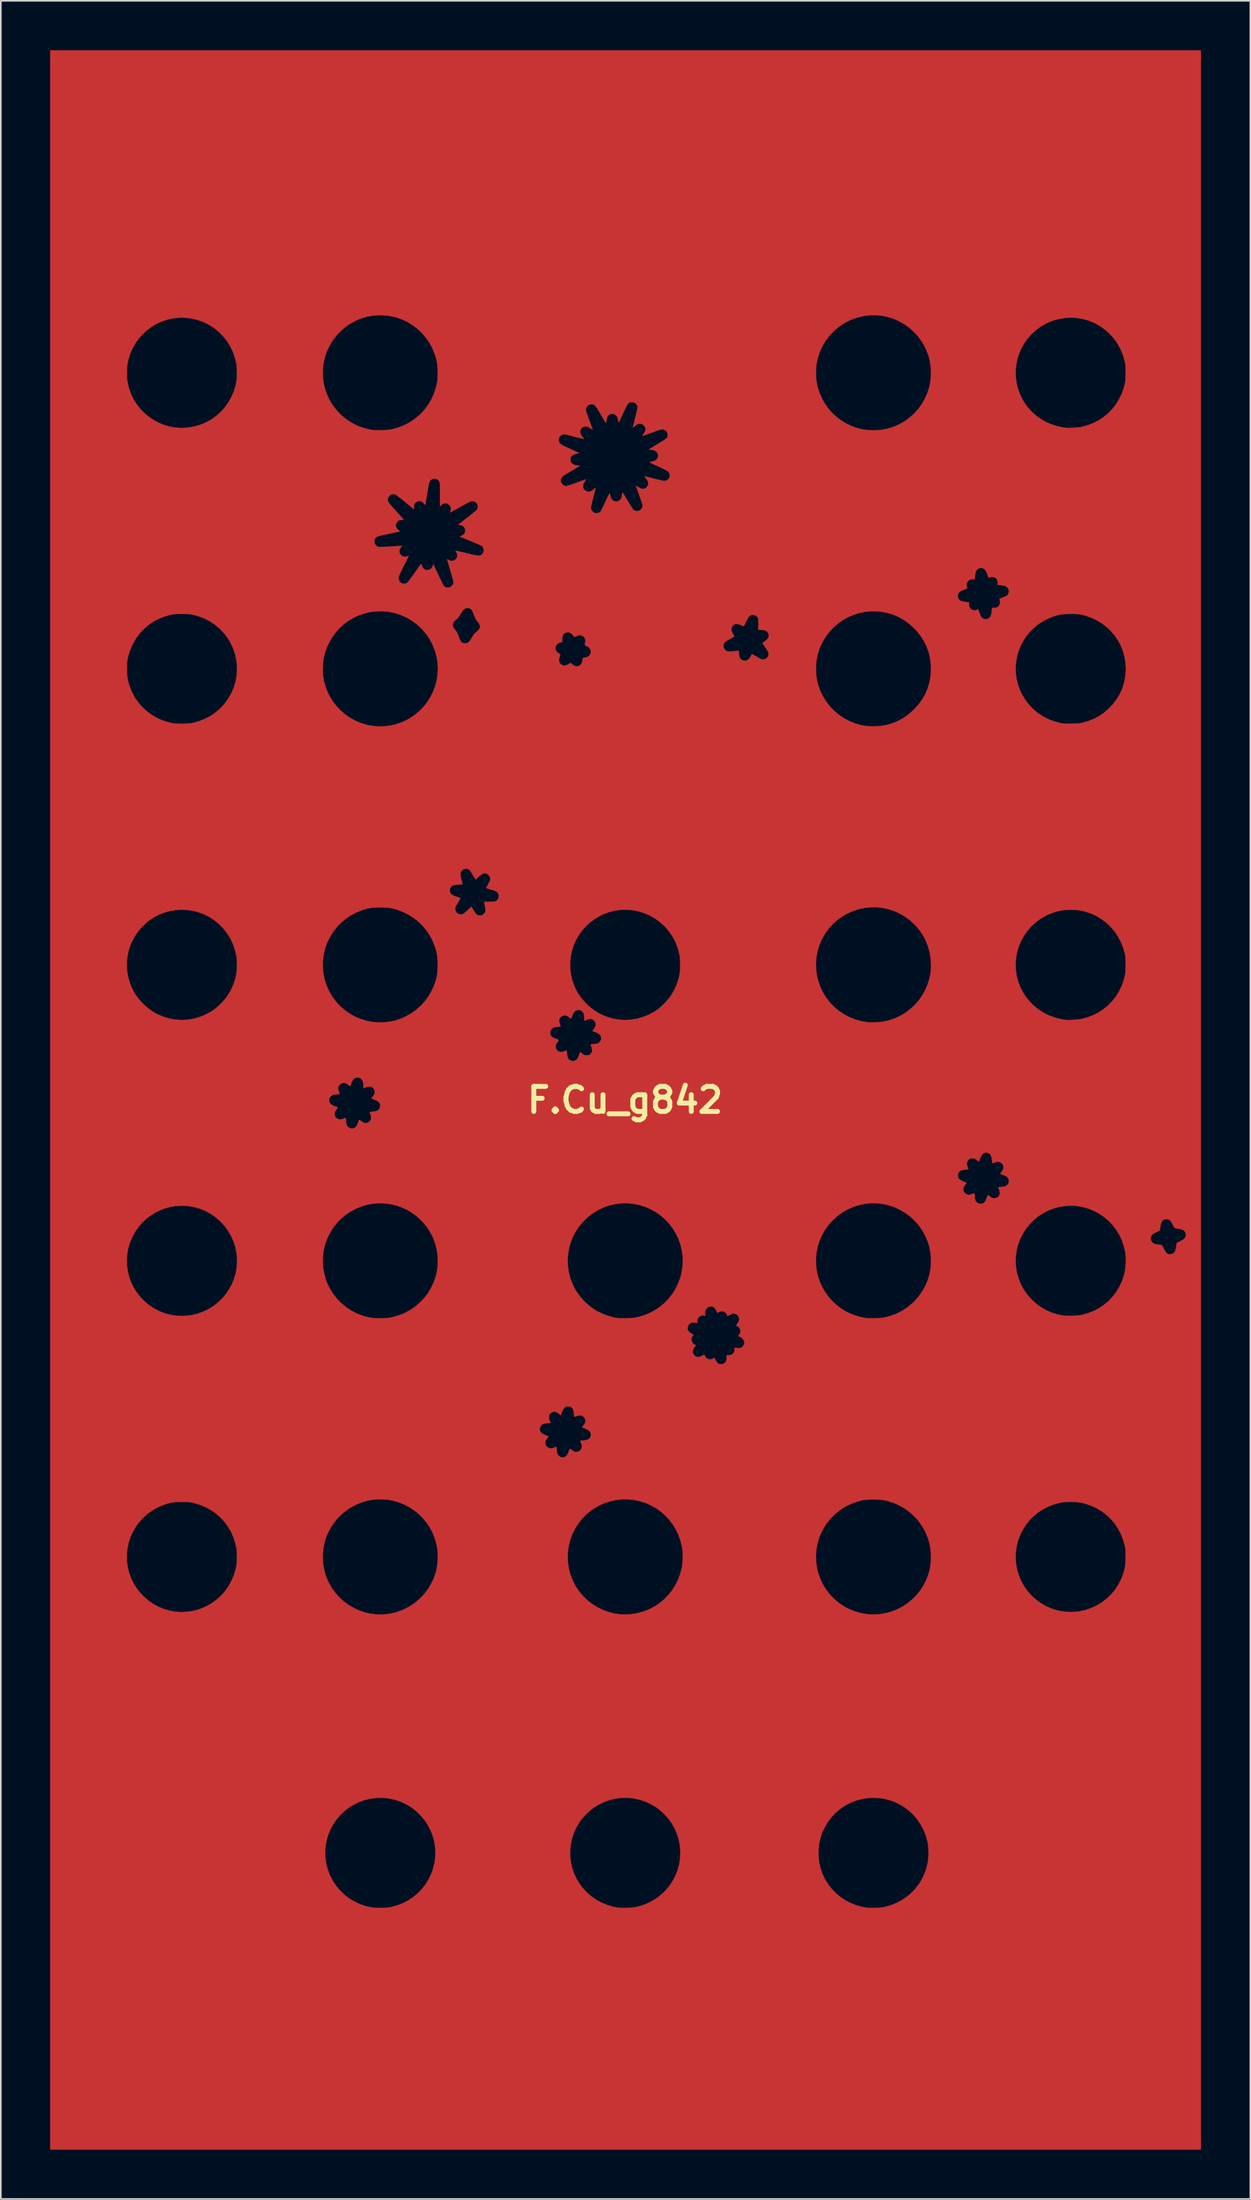
<source format=kicad_pcb>
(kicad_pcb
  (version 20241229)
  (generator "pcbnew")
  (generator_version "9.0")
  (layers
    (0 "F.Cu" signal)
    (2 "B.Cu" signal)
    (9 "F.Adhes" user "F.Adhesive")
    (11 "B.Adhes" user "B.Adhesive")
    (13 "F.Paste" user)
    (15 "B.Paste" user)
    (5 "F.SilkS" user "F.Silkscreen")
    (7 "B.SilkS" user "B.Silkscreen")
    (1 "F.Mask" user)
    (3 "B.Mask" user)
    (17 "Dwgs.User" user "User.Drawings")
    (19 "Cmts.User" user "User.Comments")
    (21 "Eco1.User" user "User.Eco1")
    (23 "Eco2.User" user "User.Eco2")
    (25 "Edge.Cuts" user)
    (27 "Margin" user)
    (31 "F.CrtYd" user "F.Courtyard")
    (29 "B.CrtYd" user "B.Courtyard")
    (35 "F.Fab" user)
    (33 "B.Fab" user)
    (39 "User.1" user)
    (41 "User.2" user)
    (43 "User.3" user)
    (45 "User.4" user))
  (footprint "F.Cu_g842"
    (layer "F.Cu")
    (at 34.972 63.844)
    (property "Reference" "F.Cu_g842" (at 0 0 0) (layer "F.SilkS") (effects (font (size 1.524 1.524) (thickness 0.3))))
    (attr through_hole)
    (fp_poly (pts (xy 35.031 63.818) (xy -34.967 63.818) (xy -34.967 45.686) (xy -18.24 45.686) (xy -18.23 46.045) (xy -18.181 46.404) (xy -18.091 46.761) (xy -18.082 46.789) (xy -17.948 47.139) (xy -17.779 47.468) (xy -17.577 47.773) (xy -17.344 48.053) (xy -17.084 48.305) (xy -16.798 48.528) (xy -16.489 48.72) (xy -16.159 48.877) (xy -15.81 49) (xy -15.446 49.084) (xy -15.314 49.105) (xy -15.197 49.115) (xy -15.05 49.12) (xy -14.885 49.119) (xy -14.712 49.114) (xy -14.543 49.104) (xy -14.39 49.089) (xy -14.265 49.071) (xy -14.242 49.067) (xy -13.879 48.972) (xy -13.534 48.84) (xy -13.209 48.673) (xy -12.906 48.475) (xy -12.628 48.247) (xy -12.377 47.991) (xy -12.154 47.71) (xy -11.962 47.405) (xy -11.804 47.08) (xy -11.68 46.737) (xy -11.594 46.377) (xy -11.567 46.211) (xy -11.538 45.834) (xy -11.546 45.619) (xy -3.338 45.619) (xy -3.336 45.974) (xy -3.297 46.326) (xy -3.221 46.671) (xy -3.107 47.009) (xy -2.956 47.334) (xy -2.769 47.645) (xy -2.545 47.939) (xy -2.358 48.141) (xy -2.075 48.396) (xy -1.771 48.613) (xy -1.445 48.794) (xy -1.099 48.938) (xy -0.732 49.045) (xy -0.476 49.096) (xy -0.342 49.111) (xy -0.178 49.119) (xy 0.004 49.12) (xy 0.192 49.115) (xy 0.374 49.103) (xy 0.539 49.086) (xy 0.661 49.066) (xy 1.02 48.973) (xy 1.361 48.843) (xy 1.682 48.679) (xy 1.981 48.484) (xy 2.256 48.26) (xy 2.505 48.01) (xy 2.726 47.736) (xy 2.918 47.44) (xy 3.078 47.126) (xy 3.204 46.795) (xy 3.295 46.451) (xy 3.348 46.095) (xy 3.362 45.73) (xy 3.358 45.624) (xy 3.355 45.594) (xy 11.769 45.594) (xy 11.769 45.982) (xy 11.771 46.016) (xy 11.814 46.378) (xy 11.896 46.728) (xy 12.015 47.063) (xy 12.169 47.382) (xy 12.355 47.681) (xy 12.571 47.959) (xy 12.816 48.213) (xy 13.086 48.442) (xy 13.381 48.642) (xy 13.697 48.812) (xy 14.033 48.948) (xy 14.386 49.05) (xy 14.69 49.106) (xy 14.8 49.116) (xy 14.941 49.121) (xy 15.101 49.12) (xy 15.27 49.115) (xy 15.436 49.106) (xy 15.587 49.093) (xy 15.714 49.076) (xy 15.764 49.067) (xy 16.133 48.968) (xy 16.482 48.832) (xy 16.81 48.663) (xy 17.114 48.461) (xy 17.392 48.23) (xy 17.643 47.97) (xy 17.865 47.685) (xy 18.055 47.377) (xy 18.212 47.046) (xy 18.334 46.696) (xy 18.418 46.328) (xy 18.419 46.323) (xy 18.44 46.152) (xy 18.452 45.954) (xy 18.455 45.743) (xy 18.448 45.531) (xy 18.433 45.331) (xy 18.409 45.154) (xy 18.396 45.09) (xy 18.295 44.726) (xy 18.157 44.38) (xy 17.984 44.054) (xy 17.779 43.751) (xy 17.543 43.473) (xy 17.279 43.222) (xy 16.989 43.001) (xy 16.675 42.812) (xy 16.339 42.658) (xy 16.15 42.59) (xy 15.794 42.495) (xy 15.434 42.441) (xy 15.073 42.426) (xy 14.714 42.45) (xy 14.361 42.511) (xy 14.017 42.609) (xy 13.685 42.744) (xy 13.369 42.913) (xy 13.072 43.116) (xy 12.797 43.352) (xy 12.605 43.553) (xy 12.367 43.856) (xy 12.168 44.175) (xy 12.008 44.509) (xy 11.889 44.857) (xy 11.809 45.219) (xy 11.769 45.594) (xy 3.355 45.594) (xy 3.319 45.248) (xy 3.241 44.885) (xy 3.122 44.534) (xy 2.962 44.194) (xy 2.786 43.9) (xy 2.674 43.747) (xy 2.535 43.583) (xy 2.38 43.419) (xy 2.217 43.263) (xy 2.056 43.125) (xy 1.907 43.014) (xy 1.906 43.013) (xy 1.572 42.815) (xy 1.228 42.657) (xy 0.876 42.539) (xy 0.518 42.462) (xy 0.158 42.426) (xy -0.204 42.43) (xy -0.565 42.474) (xy -0.921 42.558) (xy -1.272 42.683) (xy -1.614 42.849) (xy -1.885 43.013) (xy -2.037 43.126) (xy -2.2 43.266) (xy -2.365 43.424) (xy -2.522 43.592) (xy -2.661 43.758) (xy -2.769 43.906) (xy -2.961 44.231) (xy -3.113 44.568) (xy -3.226 44.913) (xy -3.301 45.265) (xy -3.338 45.619) (xy -11.546 45.619) (xy -11.551 45.463) (xy -11.605 45.099) (xy -11.701 44.743) (xy -11.837 44.396) (xy -12.015 44.059) (xy -12.111 43.906) (xy -12.223 43.754) (xy -12.361 43.59) (xy -12.515 43.426) (xy -12.677 43.269) (xy -12.837 43.13) (xy -12.985 43.018) (xy -12.99 43.015) (xy -13.315 42.819) (xy -13.654 42.662) (xy -14.002 42.545) (xy -14.358 42.467) (xy -14.719 42.428) (xy -15.082 42.43) (xy -15.443 42.471) (xy -15.8 42.552) (xy -16.151 42.674) (xy -16.426 42.801) (xy -16.746 42.989) (xy -17.038 43.207) (xy -17.301 43.453) (xy -17.534 43.722) (xy -17.737 44.013) (xy -17.907 44.322) (xy -18.043 44.647) (xy -18.145 44.985) (xy -18.211 45.332) (xy -18.24 45.686) (xy -34.967 45.686) (xy -34.967 27.926) (xy -30.305 27.926) (xy -30.268 28.293) (xy -30.247 28.411) (xy -30.158 28.765) (xy -30.033 29.101) (xy -29.874 29.419) (xy -29.683 29.716) (xy -29.464 29.99) (xy -29.219 30.24) (xy -28.95 30.463) (xy -28.661 30.657) (xy -28.353 30.821) (xy -28.03 30.952) (xy -27.693 31.049) (xy -27.347 31.109) (xy -26.992 31.131) (xy -26.649 31.115) (xy -26.353 31.073) (xy -26.08 31.012) (xy -25.815 30.926) (xy -25.545 30.81) (xy -25.453 30.766) (xy -25.13 30.582) (xy -24.834 30.366) (xy -24.564 30.119) (xy -24.324 29.844) (xy -24.114 29.543) (xy -23.936 29.217) (xy -23.792 28.87) (xy -23.684 28.502) (xy -23.662 28.406) (xy -23.643 28.308) (xy -23.63 28.214) (xy -23.621 28.112) (xy -23.616 27.993) (xy -23.614 27.844) (xy -23.613 27.802) (xy -23.614 27.758) (xy -18.39 27.758) (xy -18.372 28.127) (xy -18.316 28.493) (xy -18.221 28.853) (xy -18.088 29.201) (xy -18.022 29.34) (xy -17.836 29.667) (xy -17.617 29.968) (xy -17.37 30.243) (xy -17.098 30.489) (xy -16.802 30.705) (xy -16.487 30.889) (xy -16.155 31.039) (xy -15.809 31.155) (xy -15.452 31.234) (xy -15.087 31.274) (xy -14.716 31.274) (xy -14.56 31.262) (xy -14.349 31.236) (xy -14.159 31.202) (xy -13.971 31.154) (xy -13.777 31.094) (xy -13.432 30.958) (xy -13.104 30.784) (xy -12.797 30.578) (xy -12.514 30.34) (xy -12.256 30.074) (xy -12.027 29.784) (xy -11.829 29.471) (xy -11.665 29.139) (xy -11.537 28.791) (xy -11.476 28.564) (xy -11.425 28.28) (xy -11.397 27.977) (xy -11.395 27.804) (xy -3.489 27.804) (xy -3.468 28.164) (xy -3.41 28.522) (xy -3.314 28.875) (xy -3.179 29.221) (xy -3.005 29.555) (xy -2.992 29.577) (xy -2.78 29.889) (xy -2.539 30.173) (xy -2.27 30.429) (xy -1.978 30.654) (xy -1.665 30.847) (xy -1.335 31.007) (xy -0.989 31.131) (xy -0.633 31.219) (xy -0.267 31.268) (xy 0.103 31.278) (xy 0.342 31.262) (xy 0.723 31.203) (xy 1.088 31.106) (xy 1.437 30.972) (xy 1.766 30.804) (xy 2.073 30.604) (xy 2.358 30.372) (xy 2.616 30.112) (xy 2.847 29.825) (xy 3.047 29.513) (xy 3.216 29.179) (xy 3.35 28.823) (xy 3.449 28.449) (xy 3.454 28.422) (xy 3.478 28.266) (xy 3.494 28.081) (xy 3.503 27.881) (xy 3.504 27.707) (xy 11.611 27.707) (xy 11.623 28.065) (xy 11.671 28.423) (xy 11.758 28.777) (xy 11.883 29.124) (xy 12.047 29.463) (xy 12.209 29.729) (xy 12.436 30.032) (xy 12.692 30.305) (xy 12.974 30.547) (xy 13.278 30.757) (xy 13.601 30.934) (xy 13.941 31.075) (xy 14.295 31.181) (xy 14.659 31.249) (xy 15.03 31.277) (xy 15.406 31.265) (xy 15.515 31.254) (xy 15.887 31.189) (xy 16.243 31.087) (xy 16.584 30.95) (xy 16.905 30.779) (xy 17.206 30.577) (xy 17.483 30.347) (xy 17.735 30.091) (xy 17.96 29.811) (xy 18.154 29.509) (xy 18.317 29.188) (xy 18.446 28.849) (xy 18.539 28.496) (xy 18.593 28.13) (xy 18.602 28.022) (xy 18.603 27.89) (xy 23.762 27.89) (xy 23.793 28.249) (xy 23.862 28.598) (xy 23.968 28.935) (xy 24.107 29.258) (xy 24.28 29.563) (xy 24.483 29.849) (xy 24.715 30.113) (xy 24.974 30.352) (xy 25.257 30.564) (xy 25.564 30.746) (xy 25.891 30.896) (xy 26.238 31.011) (xy 26.456 31.063) (xy 26.809 31.114) (xy 27.171 31.127) (xy 27.533 31.101) (xy 27.655 31.084) (xy 28.015 31.004) (xy 28.36 30.886) (xy 28.689 30.732) (xy 28.998 30.544) (xy 29.285 30.324) (xy 29.547 30.074) (xy 29.782 29.798) (xy 29.986 29.496) (xy 30.157 29.172) (xy 30.276 28.877) (xy 30.332 28.708) (xy 30.375 28.559) (xy 30.406 28.419) (xy 30.427 28.278) (xy 30.44 28.124) (xy 30.446 27.947) (xy 30.447 27.771) (xy 30.446 27.609) (xy 30.444 27.481) (xy 30.44 27.379) (xy 30.432 27.294) (xy 30.422 27.218) (xy 30.408 27.142) (xy 30.4 27.109) (xy 30.296 26.734) (xy 30.157 26.381) (xy 29.983 26.051) (xy 29.777 25.746) (xy 29.541 25.468) (xy 29.276 25.218) (xy 28.985 24.998) (xy 28.667 24.809) (xy 28.327 24.654) (xy 27.964 24.534) (xy 27.771 24.487) (xy 27.635 24.464) (xy 27.471 24.448) (xy 27.288 24.438) (xy 27.096 24.434) (xy 26.908 24.437) (xy 26.733 24.446) (xy 26.582 24.462) (xy 26.501 24.476) (xy 26.122 24.576) (xy 25.765 24.711) (xy 25.432 24.88) (xy 25.122 25.081) (xy 24.84 25.314) (xy 24.585 25.576) (xy 24.36 25.867) (xy 24.167 26.185) (xy 24.119 26.278) (xy 23.996 26.548) (xy 23.903 26.805) (xy 23.836 27.064) (xy 23.79 27.337) (xy 23.771 27.524) (xy 23.762 27.89) (xy 18.603 27.89) (xy 18.607 27.639) (xy 18.576 27.275) (xy 18.508 26.923) (xy 18.401 26.579) (xy 18.254 26.237) (xy 18.243 26.215) (xy 18.059 25.889) (xy 17.841 25.586) (xy 17.592 25.309) (xy 17.316 25.06) (xy 17.014 24.841) (xy 16.691 24.654) (xy 16.348 24.501) (xy 15.99 24.385) (xy 15.737 24.328) (xy 15.595 24.308) (xy 15.425 24.295) (xy 15.236 24.288) (xy 15.04 24.287) (xy 14.848 24.293) (xy 14.669 24.304) (xy 14.514 24.322) (xy 14.427 24.338) (xy 14.081 24.431) (xy 13.747 24.555) (xy 13.434 24.704) (xy 13.149 24.876) (xy 13.103 24.908) (xy 12.802 25.148) (xy 12.534 25.411) (xy 12.298 25.697) (xy 12.096 26.001) (xy 11.929 26.321) (xy 11.796 26.655) (xy 11.699 26.999) (xy 11.637 27.35) (xy 11.611 27.707) (xy 3.504 27.707) (xy 3.504 27.676) (xy 3.497 27.479) (xy 3.482 27.302) (xy 3.465 27.184) (xy 3.371 26.796) (xy 3.241 26.43) (xy 3.075 26.085) (xy 2.872 25.761) (xy 2.633 25.459) (xy 2.477 25.294) (xy 2.196 25.042) (xy 1.894 24.825) (xy 1.575 24.644) (xy 1.241 24.499) (xy 0.896 24.39) (xy 0.543 24.317) (xy 0.185 24.28) (xy -0.175 24.281) (xy -0.534 24.318) (xy -0.889 24.393) (xy -1.237 24.505) (xy -1.575 24.654) (xy -1.9 24.842) (xy -2.087 24.972) (xy -2.377 25.214) (xy -2.634 25.482) (xy -2.859 25.771) (xy -3.051 26.079) (xy -3.209 26.404) (xy -3.332 26.742) (xy -3.42 27.09) (xy -3.472 27.445) (xy -3.489 27.804) (xy -11.395 27.804) (xy -11.392 27.669) (xy -11.411 27.369) (xy -11.45 27.105) (xy -11.546 26.733) (xy -11.679 26.379) (xy -11.847 26.045) (xy -12.048 25.732) (xy -12.28 25.444) (xy -12.541 25.182) (xy -12.829 24.948) (xy -13.141 24.745) (xy -13.476 24.574) (xy -13.831 24.438) (xy -14.192 24.341) (xy -14.358 24.314) (xy -14.552 24.294) (xy -14.761 24.283) (xy -14.973 24.281) (xy -15.175 24.288) (xy -15.352 24.304) (xy -15.381 24.308) (xy -15.761 24.385) (xy -16.125 24.5) (xy -16.471 24.653) (xy -16.797 24.841) (xy -17.102 25.064) (xy -17.382 25.32) (xy -17.635 25.607) (xy -17.86 25.925) (xy -17.907 26) (xy -18.079 26.328) (xy -18.214 26.671) (xy -18.31 27.027) (xy -18.369 27.39) (xy -18.39 27.758) (xy -23.614 27.758) (xy -23.615 27.617) (xy -23.621 27.462) (xy -23.633 27.324) (xy -23.654 27.191) (xy -23.684 27.05) (xy -23.721 26.903) (xy -23.835 26.553) (xy -23.986 26.222) (xy -24.172 25.911) (xy -24.389 25.624) (xy -24.637 25.361) (xy -24.912 25.125) (xy -25.212 24.919) (xy -25.536 24.744) (xy -25.88 24.603) (xy -26.242 24.498) (xy -26.296 24.485) (xy -26.378 24.469) (xy -26.456 24.457) (xy -26.538 24.448) (xy -26.633 24.443) (xy -26.75 24.44) (xy -26.897 24.439) (xy -26.956 24.439) (xy -27.161 24.441) (xy -27.336 24.449) (xy -27.489 24.463) (xy -27.632 24.487) (xy -27.775 24.522) (xy -27.93 24.568) (xy -28.047 24.608) (xy -28.392 24.749) (xy -28.713 24.924) (xy -29.01 25.13) (xy -29.28 25.364) (xy -29.522 25.623) (xy -29.735 25.905) (xy -29.916 26.207) (xy -30.065 26.527) (xy -30.18 26.861) (xy -30.259 27.207) (xy -30.302 27.563) (xy -30.305 27.926) (xy -34.967 27.926) (xy -34.967 19.996) (xy -5.186 19.996) (xy -5.173 20.1) (xy -5.132 20.187) (xy -5.058 20.261) (xy -4.95 20.325) (xy -4.828 20.375) (xy -4.751 20.404) (xy -4.691 20.43) (xy -4.66 20.449) (xy -4.657 20.454) (xy -4.669 20.479) (xy -4.701 20.525) (xy -4.728 20.56) (xy -4.791 20.643) (xy -4.828 20.709) (xy -4.846 20.772) (xy -4.851 20.838) (xy -4.833 20.955) (xy -4.78 21.05) (xy -4.691 21.125) (xy -4.626 21.157) (xy -4.545 21.179) (xy -4.458 21.174) (xy -4.356 21.142) (xy -4.313 21.124) (xy -4.254 21.099) (xy -4.209 21.084) (xy -4.198 21.082) (xy -4.183 21.103) (xy -4.17 21.161) (xy -4.16 21.246) (xy -4.151 21.337) (xy -4.14 21.421) (xy -4.128 21.482) (xy -4.127 21.485) (xy -4.083 21.575) (xy -4.005 21.652) (xy -3.904 21.709) (xy -3.81 21.736) (xy -3.785 21.732) (xy -3.735 21.72) (xy -3.721 21.716) (xy -3.641 21.685) (xy -3.577 21.638) (xy -3.522 21.566) (xy -3.47 21.464) (xy -3.439 21.388) (xy -3.397 21.287) (xy -3.364 21.224) (xy -3.341 21.202) (xy -3.337 21.203) (xy -3.308 21.223) (xy -3.258 21.261) (xy -3.212 21.296) (xy -3.146 21.342) (xy -3.081 21.377) (xy -3.047 21.389) (xy -2.934 21.394) (xy -2.826 21.361) (xy -2.733 21.297) (xy -2.668 21.211) (xy -2.636 21.129) (xy -2.628 21.049) (xy -2.645 20.958) (xy -2.678 20.866) (xy -2.705 20.798) (xy -2.724 20.746) (xy -2.731 20.722) (xy -2.711 20.714) (xy -2.659 20.705) (xy -2.583 20.697) (xy -2.54 20.694) (xy -2.393 20.677) (xy -2.282 20.648) (xy -2.2 20.602) (xy -2.142 20.537) (xy -2.1 20.448) (xy -2.092 20.423) (xy -2.079 20.314) (xy -2.106 20.212) (xy -2.171 20.121) (xy -2.272 20.044) (xy -2.404 19.983) (xy -2.502 19.949) (xy -2.565 19.924) (xy -2.596 19.901) (xy -2.599 19.874) (xy -2.577 19.836) (xy -2.535 19.781) (xy -2.526 19.77) (xy -2.47 19.691) (xy -2.437 19.627) (xy -2.421 19.563) (xy -2.418 19.54) (xy -2.425 19.42) (xy -2.47 19.317) (xy -2.552 19.234) (xy -2.565 19.225) (xy -2.665 19.18) (xy -2.775 19.171) (xy -2.901 19.199) (xy -2.948 19.217) (xy -3.014 19.241) (xy -3.063 19.254) (xy -3.084 19.254) (xy -3.091 19.229) (xy -3.1 19.171) (xy -3.109 19.092) (xy -3.113 19.051) (xy -3.134 18.903) (xy -3.172 18.79) (xy -3.231 18.709) (xy -3.312 18.654) (xy -3.395 18.627) (xy -3.508 18.619) (xy -3.609 18.651) (xy -3.697 18.722) (xy -3.773 18.833) (xy -3.831 18.965) (xy -3.862 19.047) (xy -3.887 19.111) (xy -3.905 19.149) (xy -3.91 19.156) (xy -3.931 19.144) (xy -3.974 19.112) (xy -4.025 19.072) (xy -4.141 18.994) (xy -4.247 18.955) (xy -4.348 18.954) (xy -4.45 18.989) (xy -4.482 19.008) (xy -4.569 19.082) (xy -4.619 19.177) (xy -4.632 19.292) (xy -4.609 19.425) (xy -4.583 19.499) (xy -4.556 19.566) (xy -4.537 19.615) (xy -4.53 19.636) (xy -4.549 19.64) (xy -4.597 19.642) (xy -4.63 19.643) (xy -4.743 19.649) (xy -4.854 19.664) (xy -4.951 19.686) (xy -5.021 19.714) (xy -5.038 19.724) (xy -5.121 19.808) (xy -5.172 19.909) (xy -5.186 19.996) (xy -34.967 19.996) (xy -34.967 13.882) (xy 3.807 13.882) (xy 3.825 13.988) (xy 3.882 14.081) (xy 3.978 14.163) (xy 4.04 14.199) (xy 4.169 14.268) (xy 4.106 14.355) (xy 4.055 14.457) (xy 4.041 14.566) (xy 4.061 14.673) (xy 4.113 14.768) (xy 4.193 14.844) (xy 4.26 14.878) (xy 4.319 14.9) (xy 4.225 15.028) (xy 4.155 15.136) (xy 4.119 15.229) (xy 4.116 15.316) (xy 4.142 15.405) (xy 4.152 15.426) (xy 4.197 15.496) (xy 4.253 15.557) (xy 4.276 15.575) (xy 4.37 15.614) (xy 4.48 15.618) (xy 4.596 15.59) (xy 4.693 15.54) (xy 4.751 15.504) (xy 4.795 15.48) (xy 4.811 15.473) (xy 4.826 15.49) (xy 4.851 15.535) (xy 4.865 15.565) (xy 4.929 15.663) (xy 5.017 15.73) (xy 5.12 15.764) (xy 5.23 15.761) (xy 5.341 15.72) (xy 5.344 15.718) (xy 5.441 15.661) (xy 5.501 15.795) (xy 5.566 15.914) (xy 5.636 15.996) (xy 5.719 16.043) (xy 5.818 16.059) (xy 5.87 16.058) (xy 5.948 16.044) (xy 6.015 16.017) (xy 6.027 16.009) (xy 6.095 15.951) (xy 6.138 15.889) (xy 6.164 15.812) (xy 6.176 15.708) (xy 6.177 15.676) (xy 6.185 15.501) (xy 6.284 15.51) (xy 6.406 15.503) (xy 6.511 15.458) (xy 6.596 15.376) (xy 6.633 15.319) (xy 6.651 15.263) (xy 6.657 15.187) (xy 6.657 15.174) (xy 6.658 15.105) (xy 6.665 15.07) (xy 6.68 15.058) (xy 6.699 15.06) (xy 6.847 15.081) (xy 6.965 15.078) (xy 7.06 15.05) (xy 7.139 14.997) (xy 7.153 14.984) (xy 7.222 14.889) (xy 7.253 14.786) (xy 7.247 14.682) (xy 7.206 14.581) (xy 7.13 14.489) (xy 7.022 14.412) (xy 6.987 14.394) (xy 6.881 14.345) (xy 6.932 14.283) (xy 6.994 14.182) (xy 7.02 14.073) (xy 7.009 13.971) (xy 6.962 13.869) (xy 6.892 13.786) (xy 6.816 13.737) (xy 6.772 13.716) (xy 6.752 13.701) (xy 6.752 13.701) (xy 6.764 13.679) (xy 6.794 13.637) (xy 6.813 13.613) (xy 6.893 13.493) (xy 6.935 13.384) (xy 6.939 13.281) (xy 6.907 13.179) (xy 6.895 13.155) (xy 6.829 13.074) (xy 6.74 13.015) (xy 6.642 12.984) (xy 6.577 12.983) (xy 6.516 12.999) (xy 6.439 13.031) (xy 6.367 13.069) (xy 6.304 13.106) (xy 6.257 13.131) (xy 6.235 13.14) (xy 6.235 13.14) (xy 6.225 13.119) (xy 6.204 13.072) (xy 6.191 13.041) (xy 6.129 12.947) (xy 6.042 12.881) (xy 5.94 12.845) (xy 5.832 12.844) (xy 5.726 12.879) (xy 5.698 12.896) (xy 5.62 12.949) (xy 5.546 12.798) (xy 5.482 12.687) (xy 5.417 12.613) (xy 5.341 12.57) (xy 5.249 12.553) (xy 5.218 12.552) (xy 5.101 12.569) (xy 5.007 12.622) (xy 4.932 12.712) (xy 4.914 12.743) (xy 4.887 12.803) (xy 4.874 12.861) (xy 4.873 12.932) (xy 4.876 12.98) (xy 4.881 13.052) (xy 4.883 13.103) (xy 4.883 13.123) (xy 4.883 13.123) (xy 4.862 13.118) (xy 4.816 13.105) (xy 4.806 13.102) (xy 4.705 13.094) (xy 4.608 13.121) (xy 4.52 13.176) (xy 4.45 13.253) (xy 4.405 13.345) (xy 4.391 13.446) (xy 4.396 13.486) (xy 4.408 13.548) (xy 4.24 13.534) (xy 4.145 13.528) (xy 4.079 13.531) (xy 4.03 13.544) (xy 4.005 13.555) (xy 3.904 13.626) (xy 3.839 13.716) (xy 3.809 13.829) (xy 3.807 13.882) (xy -34.967 13.882) (xy -34.967 9.785) (xy -30.307 9.785) (xy -30.288 10.138) (xy -30.231 10.483) (xy -30.14 10.819) (xy -30.014 11.143) (xy -29.856 11.452) (xy -29.667 11.743) (xy -29.447 12.014) (xy -29.199 12.262) (xy -28.925 12.485) (xy -28.624 12.68) (xy -28.299 12.845) (xy -27.951 12.977) (xy -27.845 13.009) (xy -27.578 13.069) (xy -27.287 13.108) (xy -26.987 13.123) (xy -26.69 13.114) (xy -26.41 13.082) (xy -26.404 13.081) (xy -26.043 12.999) (xy -25.7 12.88) (xy -25.377 12.729) (xy -25.075 12.546) (xy -24.797 12.334) (xy -24.544 12.096) (xy -24.317 11.835) (xy -24.119 11.553) (xy -23.95 11.252) (xy -23.812 10.935) (xy -23.708 10.605) (xy -23.638 10.263) (xy -23.605 9.913) (xy -23.606 9.836) (xy -18.389 9.836) (xy -18.363 10.205) (xy -18.297 10.573) (xy -18.192 10.936) (xy -18.11 11.147) (xy -17.946 11.482) (xy -17.746 11.797) (xy -17.514 12.088) (xy -17.253 12.354) (xy -16.965 12.592) (xy -16.655 12.798) (xy -16.324 12.97) (xy -15.977 13.105) (xy -15.875 13.137) (xy -15.698 13.185) (xy -15.535 13.22) (xy -15.375 13.245) (xy -15.207 13.259) (xy -15.019 13.265) (xy -14.827 13.264) (xy -14.673 13.261) (xy -14.551 13.256) (xy -14.452 13.25) (xy -14.365 13.24) (xy -14.282 13.227) (xy -14.192 13.208) (xy -14.15 13.199) (xy -13.772 13.092) (xy -13.418 12.951) (xy -13.087 12.775) (xy -12.778 12.564) (xy -12.487 12.315) (xy -12.415 12.245) (xy -12.205 12.018) (xy -12.026 11.788) (xy -11.87 11.541) (xy -11.76 11.335) (xy -11.621 11.025) (xy -11.517 10.722) (xy -11.446 10.415) (xy -11.404 10.093) (xy -11.394 9.916) (xy -11.396 9.728) (xy -3.489 9.728) (xy -3.473 10.1) (xy -3.418 10.471) (xy -3.323 10.84) (xy -3.242 11.07) (xy -3.09 11.401) (xy -2.901 11.717) (xy -2.678 12.013) (xy -2.425 12.285) (xy -2.145 12.531) (xy -1.842 12.745) (xy -1.656 12.853) (xy -1.373 12.989) (xy -1.065 13.105) (xy -0.748 13.195) (xy -0.473 13.249) (xy -0.413 13.255) (xy -0.319 13.259) (xy -0.201 13.262) (xy -0.068 13.263) (xy 0.071 13.262) (xy 0.074 13.262) (xy 0.242 13.258) (xy 0.377 13.252) (xy 0.487 13.244) (xy 0.584 13.232) (xy 0.675 13.216) (xy 0.709 13.209) (xy 1.086 13.107) (xy 1.443 12.968) (xy 1.779 12.795) (xy 2.091 12.589) (xy 2.378 12.353) (xy 2.638 12.088) (xy 2.868 11.797) (xy 3.067 11.48) (xy 3.232 11.141) (xy 3.363 10.781) (xy 3.408 10.615) (xy 3.48 10.246) (xy 3.511 9.877) (xy 3.505 9.612) (xy 11.614 9.612) (xy 11.616 9.973) (xy 11.655 10.33) (xy 11.731 10.68) (xy 11.842 11.022) (xy 11.989 11.351) (xy 12.169 11.666) (xy 12.382 11.962) (xy 12.629 12.239) (xy 12.907 12.492) (xy 13.216 12.718) (xy 13.219 12.72) (xy 13.528 12.898) (xy 13.865 13.045) (xy 14.228 13.161) (xy 14.614 13.244) (xy 14.7 13.258) (xy 14.741 13.261) (xy 14.816 13.262) (xy 14.918 13.263) (xy 15.039 13.263) (xy 15.172 13.261) (xy 15.187 13.261) (xy 15.355 13.257) (xy 15.49 13.251) (xy 15.601 13.243) (xy 15.696 13.231) (xy 15.784 13.215) (xy 15.812 13.21) (xy 16.195 13.104) (xy 16.557 12.964) (xy 16.895 12.787) (xy 17.211 12.575) (xy 17.504 12.327) (xy 17.642 12.189) (xy 17.889 11.9) (xy 18.102 11.59) (xy 18.28 11.262) (xy 18.421 10.919) (xy 18.524 10.565) (xy 18.586 10.204) (xy 18.602 10.028) (xy 18.605 9.798) (xy 23.761 9.798) (xy 23.784 10.161) (xy 23.846 10.519) (xy 23.946 10.867) (xy 24.083 11.203) (xy 24.256 11.523) (xy 24.464 11.822) (xy 24.686 12.079) (xy 24.969 12.343) (xy 25.272 12.571) (xy 25.594 12.761) (xy 25.933 12.913) (xy 26.29 13.027) (xy 26.599 13.091) (xy 26.736 13.107) (xy 26.901 13.116) (xy 27.085 13.118) (xy 27.275 13.113) (xy 27.459 13.103) (xy 27.626 13.087) (xy 27.764 13.066) (xy 27.778 13.063) (xy 28.147 12.962) (xy 28.497 12.825) (xy 28.825 12.654) (xy 29.129 12.45) (xy 29.407 12.215) (xy 29.658 11.951) (xy 29.88 11.661) (xy 30.07 11.346) (xy 30.227 11.007) (xy 30.348 10.648) (xy 30.397 10.451) (xy 30.419 10.334) (xy 30.435 10.196) (xy 30.446 10.031) (xy 30.452 9.874) (xy 30.456 9.724) (xy 30.456 9.604) (xy 30.453 9.504) (xy 30.445 9.412) (xy 30.433 9.316) (xy 30.419 9.231) (xy 30.337 8.868) (xy 30.218 8.524) (xy 30.167 8.413) (xy 31.969 8.413) (xy 31.987 8.52) (xy 32.044 8.62) (xy 32.053 8.63) (xy 32.103 8.68) (xy 32.156 8.716) (xy 32.222 8.743) (xy 32.311 8.764) (xy 32.432 8.783) (xy 32.456 8.786) (xy 32.664 8.813) (xy 32.778 9.04) (xy 32.842 9.161) (xy 32.899 9.248) (xy 32.952 9.308) (xy 33.009 9.347) (xy 33.041 9.362) (xy 33.125 9.375) (xy 33.222 9.366) (xy 33.312 9.334) (xy 33.32 9.33) (xy 33.382 9.288) (xy 33.429 9.235) (xy 33.465 9.165) (xy 33.493 9.069) (xy 33.517 8.94) (xy 33.52 8.917) (xy 33.556 8.684) (xy 33.725 8.602) (xy 33.852 8.537) (xy 33.945 8.481) (xy 34.012 8.429) (xy 34.057 8.375) (xy 34.088 8.314) (xy 34.089 8.31) (xy 34.114 8.2) (xy 34.1 8.095) (xy 34.058 8.007) (xy 34.03 7.965) (xy 33.999 7.932) (xy 33.959 7.905) (xy 33.904 7.882) (xy 33.829 7.861) (xy 33.726 7.839) (xy 33.591 7.815) (xy 33.501 7.8) (xy 33.464 7.792) (xy 33.436 7.777) (xy 33.409 7.748) (xy 33.378 7.698) (xy 33.337 7.618) (xy 33.324 7.593) (xy 33.255 7.462) (xy 33.192 7.366) (xy 33.131 7.301) (xy 33.065 7.262) (xy 32.989 7.243) (xy 32.921 7.239) (xy 32.819 7.25) (xy 32.738 7.285) (xy 32.674 7.349) (xy 32.625 7.443) (xy 32.587 7.574) (xy 32.564 7.696) (xy 32.528 7.931) (xy 32.318 8.034) (xy 32.207 8.091) (xy 32.128 8.138) (xy 32.072 8.181) (xy 32.033 8.227) (xy 32.003 8.282) (xy 31.993 8.306) (xy 31.969 8.413) (xy 30.167 8.413) (xy 30.067 8.2) (xy 29.885 7.899) (xy 29.674 7.621) (xy 29.438 7.367) (xy 29.178 7.141) (xy 28.897 6.942) (xy 28.598 6.774) (xy 28.283 6.636) (xy 27.955 6.531) (xy 27.615 6.46) (xy 27.268 6.425) (xy 26.914 6.427) (xy 26.557 6.468) (xy 26.199 6.55) (xy 26.11 6.577) (xy 25.762 6.708) (xy 25.435 6.875) (xy 25.129 7.075) (xy 24.849 7.307) (xy 24.595 7.566) (xy 24.37 7.852) (xy 24.177 8.16) (xy 24.017 8.489) (xy 23.894 8.837) (xy 23.835 9.069) (xy 23.777 9.433) (xy 23.761 9.798) (xy 18.605 9.798) (xy 18.607 9.643) (xy 18.576 9.276) (xy 18.508 8.923) (xy 18.401 8.58) (xy 18.257 8.244) (xy 18.072 7.912) (xy 17.857 7.607) (xy 17.614 7.331) (xy 17.347 7.083) (xy 17.057 6.867) (xy 16.749 6.682) (xy 16.424 6.53) (xy 16.085 6.412) (xy 15.736 6.329) (xy 15.379 6.283) (xy 15.017 6.273) (xy 14.652 6.303) (xy 14.287 6.371) (xy 13.926 6.481) (xy 13.896 6.492) (xy 13.547 6.644) (xy 13.218 6.833) (xy 12.912 7.055) (xy 12.632 7.309) (xy 12.379 7.592) (xy 12.158 7.901) (xy 11.992 8.191) (xy 11.838 8.538) (xy 11.724 8.892) (xy 11.65 9.251) (xy 11.614 9.612) (xy 3.505 9.612) (xy 3.502 9.511) (xy 3.455 9.15) (xy 3.371 8.797) (xy 3.251 8.456) (xy 3.097 8.129) (xy 2.911 7.819) (xy 2.692 7.529) (xy 2.443 7.261) (xy 2.165 7.019) (xy 1.859 6.805) (xy 1.577 6.647) (xy 1.225 6.494) (xy 0.866 6.381) (xy 0.501 6.308) (xy 0.135 6.275) (xy -0.231 6.281) (xy -0.593 6.325) (xy -0.949 6.407) (xy -1.295 6.526) (xy -1.629 6.682) (xy -1.948 6.875) (xy -2.249 7.104) (xy -2.529 7.368) (xy -2.535 7.374) (xy -2.781 7.663) (xy -2.991 7.973) (xy -3.166 8.3) (xy -3.303 8.643) (xy -3.403 8.997) (xy -3.465 9.359) (xy -3.489 9.728) (xy -11.396 9.728) (xy -11.399 9.528) (xy -11.445 9.149) (xy -11.531 8.782) (xy -11.656 8.428) (xy -11.821 8.089) (xy -12.024 7.767) (xy -12.264 7.464) (xy -12.361 7.358) (xy -12.637 7.097) (xy -12.934 6.872) (xy -13.247 6.683) (xy -13.575 6.53) (xy -13.914 6.412) (xy -14.262 6.33) (xy -14.615 6.285) (xy -14.971 6.275) (xy -15.327 6.302) (xy -15.679 6.365) (xy -16.025 6.464) (xy -16.362 6.6) (xy -16.687 6.773) (xy -16.997 6.982) (xy -17.257 7.198) (xy -17.523 7.469) (xy -17.755 7.763) (xy -17.952 8.077) (xy -18.113 8.407) (xy -18.238 8.751) (xy -18.326 9.106) (xy -18.377 9.469) (xy -18.389 9.836) (xy -23.606 9.836) (xy -23.61 9.556) (xy -23.654 9.197) (xy -23.705 8.958) (xy -23.762 8.758) (xy -23.828 8.572) (xy -23.91 8.384) (xy -23.984 8.234) (xy -24.17 7.918) (xy -24.388 7.626) (xy -24.637 7.36) (xy -24.912 7.122) (xy -25.21 6.916) (xy -25.529 6.743) (xy -25.864 6.605) (xy -26.214 6.507) (xy -26.253 6.498) (xy -26.63 6.44) (xy -27.005 6.424) (xy -27.374 6.449) (xy -27.737 6.515) (xy -28.089 6.621) (xy -28.43 6.767) (xy -28.757 6.952) (xy -29.068 7.175) (xy -29.086 7.19) (xy -29.334 7.416) (xy -29.562 7.675) (xy -29.766 7.959) (xy -29.942 8.262) (xy -30.083 8.575) (xy -30.132 8.708) (xy -30.231 9.067) (xy -30.289 9.427) (xy -30.307 9.785) (xy -34.967 9.785) (xy -34.967 4.61) (xy 20.241 4.61) (xy 20.265 4.712) (xy 20.329 4.801) (xy 20.432 4.879) (xy 20.576 4.946) (xy 20.595 4.953) (xy 20.692 4.991) (xy 20.751 5.021) (xy 20.772 5.042) (xy 20.771 5.045) (xy 20.75 5.075) (xy 20.713 5.124) (xy 20.688 5.155) (xy 20.612 5.273) (xy 20.577 5.389) (xy 20.582 5.498) (xy 20.627 5.599) (xy 20.712 5.687) (xy 20.742 5.709) (xy 20.835 5.749) (xy 20.946 5.753) (xy 21.077 5.721) (xy 21.115 5.706) (xy 21.19 5.679) (xy 21.236 5.673) (xy 21.261 5.695) (xy 21.27 5.749) (xy 21.272 5.827) (xy 21.281 5.959) (xy 21.306 6.072) (xy 21.343 6.157) (xy 21.355 6.174) (xy 21.444 6.252) (xy 21.55 6.296) (xy 21.662 6.304) (xy 21.773 6.273) (xy 21.831 6.239) (xy 21.878 6.193) (xy 21.921 6.126) (xy 21.965 6.031) (xy 21.994 5.957) (xy 22.025 5.878) (xy 22.053 5.817) (xy 22.072 5.783) (xy 22.077 5.779) (xy 22.101 5.791) (xy 22.145 5.822) (xy 22.174 5.844) (xy 22.264 5.91) (xy 22.34 5.948) (xy 22.416 5.966) (xy 22.473 5.969) (xy 22.585 5.95) (xy 22.679 5.896) (xy 22.749 5.814) (xy 22.789 5.709) (xy 22.797 5.636) (xy 22.788 5.571) (xy 22.767 5.488) (xy 22.745 5.428) (xy 22.694 5.302) (xy 22.782 5.288) (xy 22.863 5.278) (xy 22.951 5.272) (xy 22.967 5.272) (xy 23.075 5.254) (xy 23.18 5.209) (xy 23.266 5.143) (xy 23.299 5.103) (xy 23.338 5.009) (xy 23.346 4.904) (xy 23.323 4.799) (xy 23.273 4.708) (xy 23.22 4.657) (xy 23.172 4.629) (xy 23.098 4.596) (xy 23.015 4.562) (xy 23.006 4.559) (xy 22.929 4.53) (xy 22.868 4.505) (xy 22.833 4.488) (xy 22.831 4.485) (xy 22.833 4.462) (xy 22.858 4.416) (xy 22.899 4.359) (xy 22.977 4.243) (xy 23.015 4.136) (xy 23.015 4.032) (xy 22.978 3.928) (xy 22.964 3.904) (xy 22.904 3.837) (xy 22.82 3.783) (xy 22.729 3.751) (xy 22.686 3.747) (xy 22.628 3.755) (xy 22.549 3.776) (xy 22.483 3.799) (xy 22.416 3.826) (xy 22.366 3.845) (xy 22.344 3.852) (xy 22.338 3.833) (xy 22.331 3.781) (xy 22.323 3.705) (xy 22.32 3.667) (xy 22.299 3.51) (xy 22.262 3.39) (xy 22.206 3.301) (xy 22.129 3.241) (xy 22.029 3.205) (xy 22.028 3.205) (xy 21.921 3.198) (xy 21.826 3.227) (xy 21.742 3.294) (xy 21.667 3.4) (xy 21.6 3.546) (xy 21.522 3.746) (xy 21.397 3.647) (xy 21.323 3.593) (xy 21.264 3.561) (xy 21.205 3.545) (xy 21.159 3.539) (xy 21.044 3.544) (xy 20.951 3.582) (xy 20.87 3.657) (xy 20.859 3.672) (xy 20.81 3.755) (xy 20.792 3.844) (xy 20.804 3.948) (xy 20.837 4.051) (xy 20.862 4.123) (xy 20.879 4.178) (xy 20.884 4.205) (xy 20.883 4.206) (xy 20.86 4.212) (xy 20.804 4.22) (xy 20.726 4.229) (xy 20.684 4.233) (xy 20.592 4.244) (xy 20.512 4.257) (xy 20.456 4.271) (xy 20.444 4.276) (xy 20.352 4.342) (xy 20.283 4.427) (xy 20.254 4.495) (xy 20.241 4.61) (xy -34.967 4.61) (xy -34.967 0.056) (xy -17.998 0.056) (xy -17.99 0.089) (xy -17.949 0.181) (xy -17.876 0.259) (xy -17.768 0.325) (xy -17.661 0.37) (xy -17.582 0.399) (xy -17.519 0.424) (xy -17.482 0.441) (xy -17.478 0.444) (xy -17.481 0.467) (xy -17.507 0.511) (xy -17.546 0.565) (xy -17.621 0.671) (xy -17.662 0.762) (xy -17.673 0.848) (xy -17.653 0.938) (xy -17.634 0.986) (xy -17.57 1.082) (xy -17.482 1.145) (xy -17.374 1.173) (xy -17.252 1.167) (xy -17.146 1.135) (xy -17.076 1.107) (xy -17.021 1.087) (xy -16.993 1.08) (xy -16.993 1.079) (xy -16.983 1.098) (xy -16.977 1.147) (xy -16.976 1.18) (xy -16.97 1.292) (xy -16.955 1.402) (xy -16.932 1.499) (xy -16.905 1.571) (xy -16.895 1.587) (xy -16.844 1.636) (xy -16.771 1.683) (xy -16.691 1.719) (xy -16.623 1.735) (xy -16.617 1.735) (xy -16.564 1.726) (xy -16.497 1.704) (xy -16.476 1.695) (xy -16.42 1.665) (xy -16.375 1.628) (xy -16.337 1.575) (xy -16.299 1.498) (xy -16.255 1.389) (xy -16.253 1.386) (xy -16.223 1.307) (xy -16.197 1.244) (xy -16.181 1.206) (xy -16.178 1.2) (xy -16.157 1.203) (xy -16.116 1.228) (xy -16.079 1.255) (xy -15.962 1.339) (xy -15.858 1.385) (xy -15.759 1.396) (xy -15.661 1.373) (xy -15.622 1.355) (xy -15.53 1.287) (xy -15.471 1.196) (xy -15.448 1.086) (xy -15.46 0.959) (xy -15.492 0.861) (xy -15.519 0.788) (xy -15.528 0.744) (xy -15.519 0.723) (xy -15.517 0.721) (xy -15.484 0.712) (xy -15.421 0.703) (xy -15.34 0.695) (xy -15.311 0.693) (xy -15.212 0.684) (xy -15.142 0.671) (xy -15.087 0.649) (xy -15.049 0.627) (xy -14.962 0.548) (xy -14.912 0.451) (xy -14.898 0.353) (xy -14.908 0.251) (xy -14.946 0.166) (xy -15.014 0.094) (xy -15.118 0.029) (xy -15.24 -0.023) (xy -15.32 -0.054) (xy -15.384 -0.079) (xy -15.422 -0.094) (xy -15.428 -0.097) (xy -15.42 -0.116) (xy -15.391 -0.158) (xy -15.35 -0.212) (xy -15.271 -0.328) (xy -15.231 -0.433) (xy -15.228 -0.533) (xy -15.261 -0.634) (xy -15.282 -0.672) (xy -15.357 -0.759) (xy -15.452 -0.809) (xy -15.567 -0.822) (xy -15.7 -0.799) (xy -15.773 -0.773) (xy -15.84 -0.746) (xy -15.89 -0.727) (xy -15.91 -0.72) (xy -15.915 -0.739) (xy -15.918 -0.788) (xy -15.919 -0.831) (xy -15.927 -0.978) (xy -15.947 -1.1) (xy -15.976 -1.191) (xy -15.995 -1.223) (xy -16.081 -1.31) (xy -16.182 -1.362) (xy -16.271 -1.376) (xy -16.376 -1.362) (xy -16.464 -1.32) (xy -16.539 -1.244) (xy -16.604 -1.133) (xy -16.651 -1.016) (xy -16.68 -0.94) (xy -16.703 -0.881) (xy -16.719 -0.85) (xy -16.722 -0.847) (xy -16.744 -0.858) (xy -16.789 -0.889) (xy -16.846 -0.931) (xy -16.952 -1.002) (xy -17.043 -1.041) (xy -17.127 -1.05) (xy -17.212 -1.03) (xy -17.218 -1.028) (xy -17.326 -0.966) (xy -17.405 -0.873) (xy -17.444 -0.783) (xy -17.455 -0.735) (xy -17.456 -0.691) (xy -17.443 -0.636) (xy -17.417 -0.557) (xy -17.413 -0.546) (xy -17.386 -0.471) (xy -17.366 -0.412) (xy -17.357 -0.38) (xy -17.357 -0.378) (xy -17.376 -0.37) (xy -17.428 -0.361) (xy -17.504 -0.352) (xy -17.542 -0.349) (xy -17.635 -0.339) (xy -17.72 -0.325) (xy -17.781 -0.311) (xy -17.793 -0.307) (xy -17.888 -0.247) (xy -17.957 -0.16) (xy -17.995 -0.056) (xy -17.998 0.056) (xy -34.967 0.056) (xy -34.967 -4.091) (xy -4.551 -4.091) (xy -4.539 -3.991) (xy -4.52 -3.938) (xy -4.478 -3.878) (xy -4.419 -3.827) (xy -4.334 -3.781) (xy -4.217 -3.735) (xy -4.139 -3.706) (xy -4.076 -3.68) (xy -4.04 -3.663) (xy -4.035 -3.66) (xy -4.038 -3.637) (xy -4.063 -3.592) (xy -4.102 -3.537) (xy -4.181 -3.42) (xy -4.222 -3.313) (xy -4.224 -3.212) (xy -4.19 -3.11) (xy -4.171 -3.075) (xy -4.111 -3.01) (xy -4.027 -2.957) (xy -3.937 -2.925) (xy -3.895 -2.921) (xy -3.841 -2.929) (xy -3.767 -2.95) (xy -3.7 -2.974) (xy -3.632 -3.001) (xy -3.58 -3.02) (xy -3.555 -3.027) (xy -3.548 -3.007) (xy -3.539 -2.955) (xy -3.53 -2.879) (xy -3.526 -2.836) (xy -3.513 -2.701) (xy -3.492 -2.6) (xy -3.461 -2.527) (xy -3.415 -2.472) (xy -3.35 -2.429) (xy -3.313 -2.41) (xy -3.212 -2.377) (xy -3.12 -2.378) (xy -3.028 -2.413) (xy -2.955 -2.46) (xy -2.898 -2.526) (xy -2.847 -2.62) (xy -2.82 -2.688) (xy -2.792 -2.764) (xy -2.766 -2.832) (xy -2.754 -2.863) (xy -2.731 -2.922) (xy -2.601 -2.821) (xy -2.533 -2.769) (xy -2.482 -2.739) (xy -2.435 -2.725) (xy -2.377 -2.72) (xy -2.342 -2.72) (xy -2.255 -2.724) (xy -2.193 -2.74) (xy -2.143 -2.769) (xy -2.06 -2.852) (xy -2.014 -2.953) (xy -2.006 -3.072) (xy -2.036 -3.206) (xy -2.051 -3.245) (xy -2.075 -3.31) (xy -2.088 -3.36) (xy -2.088 -3.38) (xy -2.062 -3.388) (xy -2.005 -3.396) (xy -1.926 -3.405) (xy -1.888 -3.409) (xy -1.794 -3.42) (xy -1.71 -3.435) (xy -1.648 -3.452) (xy -1.635 -3.458) (xy -1.546 -3.526) (xy -1.484 -3.617) (xy -1.454 -3.722) (xy -1.46 -3.831) (xy -1.462 -3.836) (xy -1.498 -3.926) (xy -1.557 -3.999) (xy -1.646 -4.06) (xy -1.769 -4.116) (xy -1.799 -4.127) (xy -1.881 -4.158) (xy -1.945 -4.183) (xy -1.983 -4.2) (xy -1.99 -4.205) (xy -1.978 -4.225) (xy -1.946 -4.268) (xy -1.907 -4.318) (xy -1.826 -4.441) (xy -1.787 -4.554) (xy -1.788 -4.661) (xy -1.829 -4.762) (xy -1.852 -4.796) (xy -1.935 -4.878) (xy -2.032 -4.922) (xy -2.145 -4.929) (xy -2.278 -4.899) (xy -2.332 -4.879) (xy -2.399 -4.852) (xy -2.449 -4.833) (xy -2.47 -4.826) (xy -2.473 -4.845) (xy -2.477 -4.895) (xy -2.478 -4.948) (xy -2.485 -5.099) (xy -2.506 -5.216) (xy -2.544 -5.308) (xy -2.601 -5.381) (xy -2.667 -5.435) (xy -2.761 -5.475) (xy -2.865 -5.48) (xy -2.969 -5.452) (xy -3.061 -5.394) (xy -3.094 -5.36) (xy -3.126 -5.309) (xy -3.164 -5.233) (xy -3.2 -5.145) (xy -3.207 -5.124) (xy -3.236 -5.047) (xy -3.263 -4.988) (xy -3.282 -4.956) (xy -3.286 -4.953) (xy -3.312 -4.965) (xy -3.359 -4.997) (xy -3.394 -5.024) (xy -3.477 -5.087) (xy -3.543 -5.125) (xy -3.606 -5.143) (xy -3.672 -5.147) (xy -3.79 -5.128) (xy -3.887 -5.073) (xy -3.961 -4.985) (xy -4.001 -4.887) (xy -4.01 -4.838) (xy -4.009 -4.789) (xy -3.994 -4.727) (xy -3.968 -4.645) (xy -3.943 -4.569) (xy -3.925 -4.511) (xy -3.919 -4.48) (xy -3.919 -4.477) (xy -3.942 -4.472) (xy -3.998 -4.464) (xy -4.077 -4.455) (xy -4.137 -4.448) (xy -4.256 -4.432) (xy -4.342 -4.412) (xy -4.405 -4.382) (xy -4.456 -4.337) (xy -4.503 -4.276) (xy -4.539 -4.192) (xy -4.551 -4.091) (xy -34.967 -4.091) (xy -34.967 -8.133) (xy -30.306 -8.133) (xy -30.276 -7.771) (xy -30.205 -7.41) (xy -30.095 -7.053) (xy -29.97 -6.758) (xy -29.814 -6.476) (xy -29.622 -6.203) (xy -29.4 -5.944) (xy -29.152 -5.704) (xy -28.886 -5.491) (xy -28.606 -5.309) (xy -28.427 -5.214) (xy -28.082 -5.069) (xy -27.727 -4.964) (xy -27.364 -4.898) (xy -26.999 -4.872) (xy -26.635 -4.888) (xy -26.611 -4.891) (xy -26.238 -4.952) (xy -25.875 -5.055) (xy -25.525 -5.197) (xy -25.189 -5.379) (xy -25.052 -5.467) (xy -24.907 -5.576) (xy -24.75 -5.712) (xy -24.59 -5.866) (xy -24.437 -6.028) (xy -24.299 -6.19) (xy -24.186 -6.341) (xy -24.176 -6.356) (xy -23.981 -6.686) (xy -23.826 -7.03) (xy -23.71 -7.39) (xy -23.66 -7.605) (xy -23.636 -7.764) (xy -23.62 -7.951) (xy -23.612 -8.153) (xy -23.612 -8.171) (xy -18.39 -8.171) (xy -18.387 -8.075) (xy -18.349 -7.695) (xy -18.271 -7.325) (xy -18.155 -6.967) (xy -18.002 -6.626) (xy -17.813 -6.303) (xy -17.591 -6.002) (xy -17.337 -5.724) (xy -17.053 -5.473) (xy -16.741 -5.253) (xy -16.423 -5.077) (xy -16.085 -4.935) (xy -15.732 -4.828) (xy -15.371 -4.757) (xy -15.007 -4.725) (xy -14.646 -4.731) (xy -14.531 -4.742) (xy -14.257 -4.781) (xy -14.006 -4.835) (xy -13.765 -4.91) (xy -13.519 -5.009) (xy -13.324 -5.1) (xy -12.997 -5.286) (xy -12.692 -5.506) (xy -12.413 -5.757) (xy -12.162 -6.035) (xy -11.943 -6.339) (xy -11.757 -6.664) (xy -11.607 -7.007) (xy -11.569 -7.115) (xy -11.513 -7.291) (xy -11.47 -7.448) (xy -11.44 -7.595) (xy -11.419 -7.744) (xy -11.407 -7.907) (xy -11.401 -8.094) (xy -11.4 -8.223) (xy -11.402 -8.368) (xy -3.338 -8.368) (xy -3.334 -8.014) (xy -3.293 -7.659) (xy -3.212 -7.306) (xy -3.092 -6.957) (xy -3.009 -6.769) (xy -2.848 -6.477) (xy -2.65 -6.196) (xy -2.422 -5.932) (xy -2.169 -5.689) (xy -1.896 -5.474) (xy -1.61 -5.292) (xy -1.46 -5.214) (xy -1.116 -5.069) (xy -0.76 -4.964) (xy -0.398 -4.898) (xy -0.033 -4.872) (xy 0.331 -4.888) (xy 0.355 -4.891) (xy 0.728 -4.952) (xy 1.091 -5.055) (xy 1.442 -5.197) (xy 1.777 -5.379) (xy 1.915 -5.467) (xy 2.06 -5.576) (xy 2.216 -5.712) (xy 2.376 -5.866) (xy 2.53 -6.028) (xy 2.667 -6.19) (xy 2.78 -6.341) (xy 2.79 -6.356) (xy 2.985 -6.686) (xy 3.14 -7.03) (xy 3.256 -7.39) (xy 3.306 -7.605) (xy 3.33 -7.764) (xy 3.346 -7.951) (xy 3.354 -8.153) (xy 3.354 -8.338) (xy 11.612 -8.338) (xy 11.622 -7.966) (xy 11.622 -7.965) (xy 11.673 -7.581) (xy 11.763 -7.213) (xy 11.889 -6.862) (xy 12.05 -6.53) (xy 12.243 -6.22) (xy 12.466 -5.932) (xy 12.719 -5.67) (xy 12.998 -5.436) (xy 13.302 -5.23) (xy 13.629 -5.056) (xy 13.977 -4.915) (xy 14.344 -4.809) (xy 14.725 -4.741) (xy 14.83 -4.733) (xy 14.966 -4.729) (xy 15.121 -4.73) (xy 15.283 -4.735) (xy 15.441 -4.744) (xy 15.583 -4.756) (xy 15.698 -4.771) (xy 15.711 -4.773) (xy 16.084 -4.861) (xy 16.44 -4.987) (xy 16.778 -5.148) (xy 17.094 -5.342) (xy 17.387 -5.568) (xy 17.655 -5.822) (xy 17.894 -6.104) (xy 18.103 -6.41) (xy 18.28 -6.738) (xy 18.422 -7.088) (xy 18.51 -7.387) (xy 18.549 -7.555) (xy 18.576 -7.707) (xy 18.594 -7.857) (xy 18.604 -8.019) (xy 18.607 -8.208) (xy 18.607 -8.232) (xy 18.602 -8.324) (xy 23.76 -8.324) (xy 23.768 -7.961) (xy 23.817 -7.596) (xy 23.824 -7.562) (xy 23.918 -7.202) (xy 24.05 -6.86) (xy 24.216 -6.539) (xy 24.414 -6.239) (xy 24.643 -5.963) (xy 24.9 -5.713) (xy 25.183 -5.491) (xy 25.49 -5.299) (xy 25.818 -5.139) (xy 26.165 -5.013) (xy 26.529 -4.924) (xy 26.748 -4.889) (xy 26.878 -4.879) (xy 27.038 -4.876) (xy 27.214 -4.88) (xy 27.392 -4.89) (xy 27.562 -4.906) (xy 27.709 -4.927) (xy 27.735 -4.931) (xy 28.102 -5.024) (xy 28.45 -5.153) (xy 28.778 -5.318) (xy 29.084 -5.516) (xy 29.364 -5.745) (xy 29.619 -6.003) (xy 29.844 -6.288) (xy 30.04 -6.599) (xy 30.202 -6.933) (xy 30.33 -7.289) (xy 30.387 -7.504) (xy 30.407 -7.59) (xy 30.422 -7.665) (xy 30.433 -7.735) (xy 30.44 -7.81) (xy 30.444 -7.898) (xy 30.446 -8.008) (xy 30.447 -8.147) (xy 30.447 -8.223) (xy 30.446 -8.386) (xy 30.444 -8.514) (xy 30.44 -8.616) (xy 30.434 -8.7) (xy 30.424 -8.775) (xy 30.411 -8.848) (xy 30.401 -8.895) (xy 30.297 -9.266) (xy 30.158 -9.617) (xy 29.985 -9.945) (xy 29.78 -10.249) (xy 29.545 -10.527) (xy 29.283 -10.777) (xy 28.994 -10.997) (xy 28.681 -11.186) (xy 28.347 -11.34) (xy 27.992 -11.46) (xy 27.697 -11.528) (xy 27.551 -11.548) (xy 27.375 -11.561) (xy 27.183 -11.568) (xy 26.986 -11.567) (xy 26.797 -11.559) (xy 26.627 -11.544) (xy 26.522 -11.528) (xy 26.328 -11.484) (xy 26.117 -11.422) (xy 25.903 -11.346) (xy 25.703 -11.264) (xy 25.604 -11.216) (xy 25.283 -11.031) (xy 24.988 -10.815) (xy 24.722 -10.571) (xy 24.485 -10.302) (xy 24.279 -10.01) (xy 24.105 -9.7) (xy 23.964 -9.373) (xy 23.859 -9.033) (xy 23.79 -8.682) (xy 23.76 -8.324) (xy 18.602 -8.324) (xy 18.586 -8.618) (xy 18.525 -8.993) (xy 18.424 -9.356) (xy 18.285 -9.704) (xy 18.109 -10.035) (xy 17.897 -10.346) (xy 17.65 -10.635) (xy 17.369 -10.9) (xy 17.357 -10.91) (xy 17.052 -11.139) (xy 16.731 -11.33) (xy 16.396 -11.483) (xy 16.05 -11.6) (xy 15.696 -11.678) (xy 15.337 -11.72) (xy 14.975 -11.723) (xy 14.615 -11.69) (xy 14.258 -11.619) (xy 13.908 -11.51) (xy 13.567 -11.364) (xy 13.239 -11.181) (xy 12.927 -10.96) (xy 12.88 -10.922) (xy 12.605 -10.67) (xy 12.361 -10.392) (xy 12.148 -10.089) (xy 11.968 -9.765) (xy 11.823 -9.425) (xy 11.715 -9.071) (xy 11.644 -8.708) (xy 11.612 -8.338) (xy 3.354 -8.338) (xy 3.354 -8.358) (xy 3.345 -8.552) (xy 3.328 -8.724) (xy 3.317 -8.795) (xy 3.226 -9.171) (xy 3.099 -9.527) (xy 2.935 -9.862) (xy 2.734 -10.176) (xy 2.497 -10.468) (xy 2.377 -10.593) (xy 2.1 -10.842) (xy 1.802 -11.055) (xy 1.486 -11.233) (xy 1.155 -11.374) (xy 0.813 -11.479) (xy 0.463 -11.546) (xy 0.107 -11.576) (xy -0.25 -11.567) (xy -0.607 -11.52) (xy -0.959 -11.433) (xy -1.304 -11.307) (xy -1.494 -11.218) (xy -1.817 -11.032) (xy -2.113 -10.816) (xy -2.379 -10.573) (xy -2.614 -10.307) (xy -2.819 -10.02) (xy -2.991 -9.714) (xy -3.13 -9.393) (xy -3.234 -9.06) (xy -3.304 -8.717) (xy -3.338 -8.368) (xy -11.402 -8.368) (xy -11.402 -8.426) (xy -11.41 -8.597) (xy -11.424 -8.748) (xy -11.447 -8.89) (xy -11.479 -9.034) (xy -11.523 -9.191) (xy -11.549 -9.277) (xy -11.684 -9.634) (xy -11.854 -9.97) (xy -12.058 -10.285) (xy -12.294 -10.575) (xy -12.56 -10.837) (xy -12.852 -11.071) (xy -13.169 -11.273) (xy -13.509 -11.441) (xy -13.784 -11.546) (xy -13.96 -11.602) (xy -14.116 -11.644) (xy -14.264 -11.675) (xy -14.413 -11.695) (xy -14.576 -11.707) (xy -14.764 -11.713) (xy -14.891 -11.714) (xy -15.097 -11.711) (xy -15.273 -11.703) (xy -15.429 -11.688) (xy -15.576 -11.664) (xy -15.725 -11.629) (xy -15.889 -11.581) (xy -16.002 -11.544) (xy -16.352 -11.406) (xy -16.681 -11.233) (xy -16.987 -11.027) (xy -17.267 -10.792) (xy -17.521 -10.531) (xy -17.746 -10.245) (xy -17.941 -9.937) (xy -18.103 -9.611) (xy -18.23 -9.269) (xy -18.322 -8.913) (xy -18.376 -8.546) (xy -18.39 -8.171) (xy -23.612 -8.171) (xy -23.612 -8.358) (xy -23.621 -8.552) (xy -23.638 -8.724) (xy -23.649 -8.795) (xy -23.74 -9.167) (xy -23.867 -9.522) (xy -24.032 -9.858) (xy -24.231 -10.172) (xy -24.463 -10.463) (xy -24.728 -10.727) (xy -24.966 -10.922) (xy -25.272 -11.124) (xy -25.594 -11.288) (xy -25.929 -11.415) (xy -26.272 -11.505) (xy -26.622 -11.558) (xy -26.975 -11.575) (xy -27.327 -11.554) (xy -27.675 -11.497) (xy -28.016 -11.404) (xy -28.347 -11.275) (xy -28.664 -11.109) (xy -28.964 -10.908) (xy -29.181 -10.728) (xy -29.45 -10.458) (xy -29.683 -10.167) (xy -29.88 -9.858) (xy -30.041 -9.533) (xy -30.164 -9.196) (xy -30.25 -8.848) (xy -30.297 -8.493) (xy -30.306 -8.133) (xy -34.967 -8.133) (xy -34.967 -12.76) (xy -10.661 -12.76) (xy -10.649 -12.657) (xy -10.64 -12.633) (xy -10.604 -12.564) (xy -10.555 -12.509) (xy -10.485 -12.461) (xy -10.388 -12.417) (xy -10.256 -12.371) (xy -10.25 -12.369) (xy -10.157 -12.338) (xy -10.081 -12.31) (xy -10.03 -12.288) (xy -10.012 -12.275) (xy -10.022 -12.251) (xy -10.05 -12.198) (xy -10.091 -12.127) (xy -10.128 -12.066) (xy -10.202 -11.941) (xy -10.257 -11.845) (xy -10.293 -11.772) (xy -10.316 -11.716) (xy -10.327 -11.669) (xy -10.329 -11.631) (xy -10.31 -11.513) (xy -10.255 -11.415) (xy -10.166 -11.34) (xy -10.072 -11.3) (xy -9.992 -11.286) (xy -9.912 -11.298) (xy -9.828 -11.337) (xy -9.733 -11.408) (xy -9.653 -11.479) (xy -9.576 -11.552) (xy -9.502 -11.621) (xy -9.441 -11.678) (xy -9.418 -11.7) (xy -9.343 -11.769) (xy -9.223 -11.561) (xy -9.169 -11.473) (xy -9.119 -11.394) (xy -9.077 -11.335) (xy -9.054 -11.308) (xy -8.964 -11.249) (xy -8.859 -11.221) (xy -8.753 -11.226) (xy -8.657 -11.265) (xy -8.656 -11.266) (xy -8.565 -11.347) (xy -8.508 -11.442) (xy -8.488 -11.544) (xy -8.488 -11.544) (xy -8.493 -11.606) (xy -8.507 -11.693) (xy -8.525 -11.788) (xy -8.53 -11.811) (xy -8.553 -11.907) (xy -8.567 -11.976) (xy -8.567 -12.021) (xy -8.547 -12.048) (xy -8.503 -12.061) (xy -8.43 -12.065) (xy -8.323 -12.065) (xy -8.253 -12.065) (xy -8.127 -12.066) (xy -8.036 -12.068) (xy -7.97 -12.072) (xy -7.923 -12.081) (xy -7.885 -12.094) (xy -7.85 -12.112) (xy -7.849 -12.112) (xy -7.762 -12.182) (xy -7.705 -12.272) (xy -7.68 -12.373) (xy -7.686 -12.476) (xy -7.723 -12.573) (xy -7.792 -12.655) (xy -7.84 -12.688) (xy -7.896 -12.714) (xy -7.98 -12.746) (xy -8.082 -12.78) (xy -8.17 -12.806) (xy -8.267 -12.834) (xy -8.349 -12.859) (xy -8.407 -12.88) (xy -8.433 -12.892) (xy -8.431 -12.917) (xy -8.41 -12.972) (xy -8.372 -13.05) (xy -8.335 -13.119) (xy -8.286 -13.21) (xy -8.244 -13.294) (xy -8.215 -13.36) (xy -8.203 -13.393) (xy -8.201 -13.494) (xy -8.235 -13.594) (xy -8.299 -13.682) (xy -8.386 -13.75) (xy -8.449 -13.778) (xy -8.528 -13.793) (xy -8.605 -13.782) (xy -8.689 -13.745) (xy -8.787 -13.678) (xy -8.869 -13.609) (xy -8.939 -13.546) (xy -8.998 -13.492) (xy -9.037 -13.454) (xy -9.049 -13.441) (xy -9.068 -13.423) (xy -9.092 -13.428) (xy -9.124 -13.46) (xy -9.167 -13.523) (xy -9.223 -13.619) (xy -9.25 -13.666) (xy -9.307 -13.764) (xy -9.362 -13.854) (xy -9.41 -13.925) (xy -9.444 -13.97) (xy -9.447 -13.973) (xy -9.536 -14.036) (xy -9.635 -14.064) (xy -9.736 -14.06) (xy -9.831 -14.027) (xy -9.914 -13.969) (xy -9.975 -13.888) (xy -10.008 -13.787) (xy -10.012 -13.739) (xy -10.007 -13.686) (xy -9.993 -13.603) (xy -9.973 -13.502) (xy -9.948 -13.395) (xy -9.924 -13.295) (xy -9.904 -13.211) (xy -9.891 -13.151) (xy -9.885 -13.122) (xy -9.885 -13.121) (xy -9.905 -13.115) (xy -9.959 -13.109) (xy -10.039 -13.103) (xy -10.137 -13.098) (xy -10.144 -13.098) (xy -10.278 -13.091) (xy -10.379 -13.079) (xy -10.454 -13.059) (xy -10.512 -13.029) (xy -10.563 -12.985) (xy -10.59 -12.955) (xy -10.641 -12.865) (xy -10.661 -12.76) (xy -34.967 -12.76) (xy -34.967 -26.226) (xy -30.297 -26.226) (xy -30.294 -26.015) (xy -30.284 -25.834) (xy -30.265 -25.671) (xy -30.235 -25.513) (xy -30.192 -25.347) (xy -30.134 -25.163) (xy -30.131 -25.154) (xy -29.996 -24.814) (xy -29.825 -24.494) (xy -29.62 -24.195) (xy -29.385 -23.921) (xy -29.123 -23.674) (xy -28.834 -23.455) (xy -28.524 -23.267) (xy -28.193 -23.112) (xy -27.845 -22.994) (xy -27.538 -22.923) (xy -27.401 -22.904) (xy -27.236 -22.892) (xy -27.052 -22.887) (xy -26.862 -22.887) (xy -26.674 -22.894) (xy -26.5 -22.907) (xy -26.35 -22.925) (xy -26.264 -22.942) (xy -25.888 -23.05) (xy -25.534 -23.193) (xy -25.203 -23.371) (xy -24.898 -23.582) (xy -24.62 -23.824) (xy -24.369 -24.098) (xy -24.147 -24.402) (xy -23.963 -24.722) (xy -23.815 -25.057) (xy -23.706 -25.405) (xy -23.636 -25.76) (xy -23.606 -26.119) (xy -23.607 -26.187) (xy -18.393 -26.187) (xy -18.372 -25.835) (xy -18.313 -25.482) (xy -18.217 -25.132) (xy -18.081 -24.786) (xy -17.988 -24.597) (xy -17.793 -24.272) (xy -17.565 -23.972) (xy -17.309 -23.7) (xy -17.027 -23.457) (xy -16.722 -23.246) (xy -16.396 -23.067) (xy -16.054 -22.924) (xy -15.696 -22.818) (xy -15.328 -22.751) (xy -15.155 -22.734) (xy -15.062 -22.728) (xy -14.981 -22.724) (xy -14.903 -22.723) (xy -14.818 -22.726) (xy -14.714 -22.731) (xy -14.581 -22.741) (xy -14.531 -22.744) (xy -14.268 -22.779) (xy -13.989 -22.842) (xy -13.707 -22.932) (xy -13.43 -23.044) (xy -13.172 -23.174) (xy -13.117 -23.206) (xy -12.801 -23.417) (xy -12.514 -23.656) (xy -12.257 -23.92) (xy -12.032 -24.206) (xy -11.839 -24.512) (xy -11.679 -24.834) (xy -11.553 -25.169) (xy -11.462 -25.516) (xy -11.406 -25.87) (xy -11.394 -26.104) (xy 11.617 -26.104) (xy 11.631 -25.859) (xy 11.659 -25.637) (xy 11.66 -25.629) (xy 11.747 -25.258) (xy 11.872 -24.901) (xy 12.034 -24.562) (xy 12.23 -24.243) (xy 12.458 -23.947) (xy 12.717 -23.676) (xy 13.005 -23.433) (xy 13.319 -23.221) (xy 13.621 -23.059) (xy 13.963 -22.917) (xy 14.312 -22.815) (xy 14.669 -22.752) (xy 15.04 -22.727) (xy 15.425 -22.741) (xy 15.579 -22.756) (xy 15.937 -22.819) (xy 16.287 -22.923) (xy 16.624 -23.067) (xy 16.948 -23.249) (xy 17.256 -23.468) (xy 17.547 -23.725) (xy 17.581 -23.758) (xy 17.845 -24.05) (xy 18.07 -24.358) (xy 18.256 -24.683) (xy 18.403 -25.024) (xy 18.511 -25.38) (xy 18.579 -25.752) (xy 18.608 -26.139) (xy 18.605 -26.301) (xy 23.761 -26.301) (xy 23.773 -25.939) (xy 23.825 -25.578) (xy 23.916 -25.224) (xy 24.047 -24.879) (xy 24.129 -24.707) (xy 24.321 -24.379) (xy 24.543 -24.079) (xy 24.795 -23.808) (xy 25.074 -23.568) (xy 25.379 -23.36) (xy 25.706 -23.186) (xy 26.056 -23.047) (xy 26.425 -22.943) (xy 26.585 -22.911) (xy 26.68 -22.899) (xy 26.804 -22.892) (xy 26.962 -22.889) (xy 27.158 -22.89) (xy 27.178 -22.891) (xy 27.336 -22.894) (xy 27.46 -22.899) (xy 27.56 -22.905) (xy 27.645 -22.914) (xy 27.725 -22.927) (xy 27.807 -22.945) (xy 27.834 -22.951) (xy 28.197 -23.056) (xy 28.532 -23.191) (xy 28.843 -23.357) (xy 29.135 -23.559) (xy 29.413 -23.797) (xy 29.418 -23.802) (xy 29.681 -24.08) (xy 29.906 -24.378) (xy 30.094 -24.694) (xy 30.244 -25.028) (xy 30.355 -25.378) (xy 30.426 -25.742) (xy 30.457 -26.119) (xy 30.459 -26.226) (xy 30.439 -26.6) (xy 30.379 -26.963) (xy 30.282 -27.312) (xy 30.148 -27.644) (xy 29.981 -27.958) (xy 29.782 -28.251) (xy 29.551 -28.521) (xy 29.293 -28.767) (xy 29.007 -28.985) (xy 28.696 -29.174) (xy 28.361 -29.332) (xy 28.005 -29.456) (xy 27.75 -29.521) (xy 27.63 -29.539) (xy 27.478 -29.553) (xy 27.305 -29.56) (xy 27.119 -29.562) (xy 26.933 -29.559) (xy 26.754 -29.551) (xy 26.594 -29.537) (xy 26.463 -29.518) (xy 26.433 -29.512) (xy 26.234 -29.463) (xy 26.054 -29.407) (xy 25.877 -29.338) (xy 25.688 -29.252) (xy 25.622 -29.22) (xy 25.344 -29.067) (xy 25.094 -28.898) (xy 24.861 -28.703) (xy 24.769 -28.615) (xy 24.575 -28.411) (xy 24.41 -28.207) (xy 24.265 -27.991) (xy 24.13 -27.748) (xy 24.108 -27.706) (xy 23.962 -27.369) (xy 23.856 -27.02) (xy 23.789 -26.663) (xy 23.761 -26.301) (xy 18.605 -26.301) (xy 18.601 -26.478) (xy 18.558 -26.85) (xy 18.475 -27.211) (xy 18.351 -27.559) (xy 18.189 -27.893) (xy 17.988 -28.212) (xy 17.749 -28.514) (xy 17.58 -28.693) (xy 17.289 -28.957) (xy 16.98 -29.183) (xy 16.654 -29.369) (xy 16.312 -29.517) (xy 15.954 -29.626) (xy 15.581 -29.695) (xy 15.363 -29.717) (xy 14.982 -29.723) (xy 14.61 -29.689) (xy 14.249 -29.616) (xy 13.901 -29.508) (xy 13.568 -29.365) (xy 13.254 -29.189) (xy 12.959 -28.982) (xy 12.687 -28.747) (xy 12.44 -28.484) (xy 12.22 -28.196) (xy 12.03 -27.885) (xy 11.872 -27.552) (xy 11.748 -27.199) (xy 11.662 -26.828) (xy 11.66 -26.82) (xy 11.631 -26.6) (xy 11.617 -26.356) (xy 11.617 -26.104) (xy -11.394 -26.104) (xy -11.388 -26.229) (xy -11.406 -26.59) (xy -11.463 -26.951) (xy -11.56 -27.308) (xy -11.628 -27.484) (xy -4.233 -27.484) (xy -4.219 -27.383) (xy -4.172 -27.293) (xy -4.09 -27.208) (xy -3.969 -27.125) (xy -3.968 -27.124) (xy -3.949 -27.11) (xy -3.943 -27.089) (xy -3.949 -27.053) (xy -3.968 -26.99) (xy -3.979 -26.958) (xy -4.012 -26.815) (xy -4.013 -26.692) (xy -3.98 -26.592) (xy -3.965 -26.567) (xy -3.911 -26.515) (xy -3.835 -26.467) (xy -3.753 -26.431) (xy -3.682 -26.416) (xy -3.681 -26.416) (xy -3.628 -26.427) (xy -3.551 -26.458) (xy -3.459 -26.503) (xy -3.363 -26.557) (xy -3.35 -26.565) (xy -3.32 -26.58) (xy -3.293 -26.576) (xy -3.257 -26.549) (xy -3.223 -26.517) (xy -3.112 -26.43) (xy -3 -26.384) (xy -2.888 -26.379) (xy -2.822 -26.396) (xy -2.722 -26.455) (xy -2.65 -26.544) (xy -2.604 -26.665) (xy -2.59 -26.753) (xy -2.577 -26.879) (xy -2.415 -26.914) (xy -2.326 -26.937) (xy -2.264 -26.961) (xy -2.215 -26.995) (xy -2.176 -27.032) (xy -2.107 -27.13) (xy -2.08 -27.234) (xy -2.094 -27.346) (xy -2.112 -27.395) (xy -2.15 -27.463) (xy -2.202 -27.519) (xy -2.278 -27.573) (xy -2.347 -27.61) (xy 5.99 -27.61) (xy 6.01 -27.494) (xy 6.067 -27.396) (xy 6.152 -27.324) (xy 6.188 -27.304) (xy 6.223 -27.292) (xy 6.268 -27.285) (xy 6.331 -27.285) (xy 6.423 -27.288) (xy 6.474 -27.291) (xy 6.583 -27.298) (xy 6.687 -27.305) (xy 6.772 -27.313) (xy 6.818 -27.318) (xy 6.916 -27.331) (xy 6.931 -27.156) (xy 6.941 -27.067) (xy 6.953 -26.988) (xy 6.965 -26.934) (xy 6.967 -26.926) (xy 7.024 -26.832) (xy 7.108 -26.762) (xy 7.21 -26.722) (xy 7.32 -26.716) (xy 7.402 -26.735) (xy 7.472 -26.773) (xy 7.536 -26.834) (xy 7.601 -26.926) (xy 7.634 -26.982) (xy 7.673 -27.048) (xy 7.704 -27.099) (xy 7.722 -27.123) (xy 7.723 -27.123) (xy 7.745 -27.116) (xy 7.797 -27.09) (xy 7.871 -27.048) (xy 7.961 -26.995) (xy 8.012 -26.965) (xy 8.122 -26.898) (xy 8.205 -26.851) (xy 8.267 -26.821) (xy 8.316 -26.804) (xy 8.358 -26.798) (xy 8.378 -26.797) (xy 8.502 -26.815) (xy 8.603 -26.868) (xy 8.679 -26.954) (xy 8.722 -27.055) (xy 8.732 -27.113) (xy 8.729 -27.17) (xy 8.71 -27.234) (xy 8.671 -27.311) (xy 8.612 -27.408) (xy 8.528 -27.531) (xy 8.527 -27.532) (xy 8.467 -27.62) (xy 8.416 -27.696) (xy 8.379 -27.753) (xy 8.362 -27.785) (xy 8.361 -27.788) (xy 8.377 -27.807) (xy 8.421 -27.843) (xy 8.484 -27.889) (xy 8.508 -27.905) (xy 8.627 -28) (xy 8.705 -28.101) (xy 8.74 -28.205) (xy 8.734 -28.313) (xy 8.695 -28.409) (xy 8.645 -28.482) (xy 8.583 -28.532) (xy 8.503 -28.566) (xy 8.394 -28.585) (xy 8.304 -28.592) (xy 8.104 -28.602) (xy 8.109 -28.922) (xy 8.109 -29.051) (xy 8.106 -29.16) (xy 8.101 -29.242) (xy 8.092 -29.291) (xy 8.091 -29.295) (xy 8.029 -29.391) (xy 7.942 -29.459) (xy 7.839 -29.496) (xy 7.728 -29.498) (xy 7.619 -29.464) (xy 7.609 -29.458) (xy 7.574 -29.436) (xy 7.543 -29.407) (xy 7.511 -29.365) (xy 7.475 -29.303) (xy 7.428 -29.215) (xy 7.383 -29.125) (xy 7.333 -29.024) (xy 7.29 -28.936) (xy 7.257 -28.867) (xy 7.237 -28.826) (xy 7.233 -28.819) (xy 7.212 -28.818) (xy 7.162 -28.833) (xy 7.092 -28.861) (xy 7.056 -28.877) (xy 6.911 -28.932) (xy 6.786 -28.952) (xy 6.681 -28.936) (xy 6.592 -28.883) (xy 6.526 -28.805) (xy 6.48 -28.708) (xy 6.47 -28.605) (xy 6.497 -28.492) (xy 6.559 -28.365) (xy 6.6 -28.294) (xy 6.63 -28.237) (xy 6.646 -28.203) (xy 6.646 -28.199) (xy 6.629 -28.182) (xy 6.58 -28.15) (xy 6.508 -28.108) (xy 6.42 -28.058) (xy 6.398 -28.046) (xy 6.26 -27.97) (xy 6.157 -27.906) (xy 6.084 -27.849) (xy 6.035 -27.794) (xy 6.006 -27.736) (xy 5.993 -27.67) (xy 5.99 -27.61) (xy -2.347 -27.61) (xy -2.368 -27.621) (xy -2.423 -27.652) (xy -2.447 -27.677) (xy -2.451 -27.71) (xy -2.447 -27.735) (xy -2.427 -27.849) (xy -2.418 -27.932) (xy -2.422 -27.996) (xy -2.438 -28.051) (xy -2.452 -28.082) (xy -2.521 -28.173) (xy -2.616 -28.239) (xy -2.718 -28.272) (xy -2.775 -28.273) (xy -2.842 -28.256) (xy -2.93 -28.219) (xy -3.069 -28.154) (xy -3.159 -28.26) (xy -3.266 -28.365) (xy -3.375 -28.427) (xy -3.485 -28.447) (xy -3.598 -28.425) (xy -3.639 -28.406) (xy -3.723 -28.349) (xy -3.779 -28.273) (xy -3.81 -28.171) (xy -3.821 -28.038) (xy -3.821 -28.031) (xy -3.821 -27.858) (xy -3.916 -27.832) (xy -4.047 -27.781) (xy -4.144 -27.708) (xy -4.207 -27.614) (xy -4.233 -27.503) (xy -4.233 -27.484) (xy -11.628 -27.484) (xy -11.696 -27.659) (xy -11.726 -27.723) (xy -11.91 -28.06) (xy -12.126 -28.372) (xy -12.373 -28.656) (xy -12.594 -28.862) (xy -10.477 -28.862) (xy -10.461 -28.781) (xy -10.42 -28.7) (xy -10.349 -28.608) (xy -10.334 -28.591) (xy -10.28 -28.526) (xy -10.237 -28.466) (xy -10.201 -28.399) (xy -10.165 -28.315) (xy -10.122 -28.202) (xy -10.12 -28.196) (xy -10.073 -28.069) (xy -10.033 -27.975) (xy -9.997 -27.909) (xy -9.961 -27.862) (xy -9.92 -27.827) (xy -9.88 -27.805) (xy -9.791 -27.779) (xy -9.687 -27.778) (xy -9.587 -27.801) (xy -9.53 -27.831) (xy -9.492 -27.869) (xy -9.44 -27.936) (xy -9.381 -28.025) (xy -9.327 -28.114) (xy -9.259 -28.226) (xy -9.202 -28.31) (xy -9.147 -28.375) (xy -9.087 -28.433) (xy -9.057 -28.458) (xy -8.964 -28.538) (xy -8.9 -28.604) (xy -8.86 -28.665) (xy -8.839 -28.729) (xy -8.832 -28.77) (xy -8.838 -28.865) (xy -8.87 -28.962) (xy -8.922 -29.041) (xy -8.942 -29.061) (xy -9.014 -29.136) (xy -9.081 -29.241) (xy -9.148 -29.381) (xy -9.198 -29.509) (xy -9.243 -29.631) (xy -9.281 -29.719) (xy -9.315 -29.782) (xy -9.351 -29.827) (xy -9.394 -29.861) (xy -9.445 -29.89) (xy -9.537 -29.923) (xy -9.625 -29.923) (xy -9.723 -29.889) (xy -9.737 -29.882) (xy -9.778 -29.858) (xy -9.815 -29.828) (xy -9.854 -29.784) (xy -9.899 -29.72) (xy -9.958 -29.629) (xy -9.991 -29.575) (xy -10.064 -29.459) (xy -10.123 -29.373) (xy -10.177 -29.309) (xy -10.229 -29.257) (xy -10.267 -29.227) (xy -10.358 -29.154) (xy -10.418 -29.091) (xy -10.453 -29.03) (xy -10.471 -28.962) (xy -10.472 -28.956) (xy -10.477 -28.862) (xy -12.594 -28.862) (xy -12.647 -28.912) (xy -12.947 -29.136) (xy -13.269 -29.328) (xy -13.612 -29.485) (xy -13.972 -29.605) (xy -14.348 -29.688) (xy -14.415 -29.698) (xy -14.568 -29.714) (xy -14.749 -29.721) (xy -14.945 -29.721) (xy -15.143 -29.713) (xy -15.328 -29.698) (xy -15.482 -29.677) (xy -15.851 -29.592) (xy -16.2 -29.472) (xy -16.528 -29.32) (xy -16.834 -29.137) (xy -17.116 -28.926) (xy -17.373 -28.69) (xy -17.604 -28.431) (xy -17.809 -28.151) (xy -17.984 -27.854) (xy -18.13 -27.541) (xy -18.245 -27.216) (xy -18.328 -26.88) (xy -18.378 -26.536) (xy -18.393 -26.187) (xy -23.607 -26.187) (xy -23.614 -26.479) (xy -23.661 -26.837) (xy -23.746 -27.189) (xy -23.869 -27.531) (xy -24.03 -27.86) (xy -24.164 -28.079) (xy -24.39 -28.379) (xy -24.645 -28.651) (xy -24.928 -28.891) (xy -25.236 -29.099) (xy -25.567 -29.274) (xy -25.919 -29.412) (xy -26.27 -29.51) (xy -26.35 -29.527) (xy -26.423 -29.539) (xy -26.498 -29.548) (xy -26.584 -29.554) (xy -26.689 -29.557) (xy -26.821 -29.559) (xy -26.956 -29.559) (xy -27.116 -29.559) (xy -27.243 -29.557) (xy -27.344 -29.553) (xy -27.427 -29.547) (xy -27.502 -29.537) (xy -27.575 -29.524) (xy -27.641 -29.51) (xy -28.013 -29.406) (xy -28.363 -29.266) (xy -28.691 -29.092) (xy -28.994 -28.886) (xy -29.27 -28.649) (xy -29.519 -28.383) (xy -29.738 -28.09) (xy -29.926 -27.771) (xy -30.081 -27.428) (xy -30.201 -27.064) (xy -30.25 -26.86) (xy -30.267 -26.771) (xy -30.28 -26.687) (xy -30.289 -26.599) (xy -30.294 -26.496) (xy -30.297 -26.369) (xy -30.297 -26.226) (xy -34.967 -26.226) (xy -34.967 -30.689) (xy 20.242 -30.689) (xy 20.25 -30.588) (xy 20.288 -30.489) (xy 20.349 -30.406) (xy 20.4 -30.367) (xy 20.444 -30.351) (xy 20.52 -30.331) (xy 20.614 -30.311) (xy 20.717 -30.293) (xy 20.816 -30.279) (xy 20.9 -30.27) (xy 20.919 -30.269) (xy 20.927 -30.25) (xy 20.926 -30.203) (xy 20.923 -30.175) (xy 20.926 -30.068) (xy 20.963 -29.962) (xy 21.027 -29.874) (xy 21.061 -29.845) (xy 21.149 -29.803) (xy 21.252 -29.785) (xy 21.352 -29.793) (xy 21.401 -29.811) (xy 21.447 -29.833) (xy 21.473 -29.845) (xy 21.475 -29.845) (xy 21.484 -29.827) (xy 21.504 -29.777) (xy 21.531 -29.705) (xy 21.546 -29.664) (xy 21.594 -29.535) (xy 21.636 -29.44) (xy 21.676 -29.372) (xy 21.719 -29.324) (xy 21.77 -29.29) (xy 21.834 -29.263) (xy 21.837 -29.262) (xy 21.948 -29.243) (xy 22.061 -29.268) (xy 22.098 -29.284) (xy 22.177 -29.342) (xy 22.235 -29.426) (xy 22.275 -29.54) (xy 22.297 -29.686) (xy 22.308 -29.793) (xy 22.317 -29.865) (xy 22.329 -29.908) (xy 22.349 -29.93) (xy 22.379 -29.936) (xy 22.423 -29.934) (xy 22.438 -29.933) (xy 22.515 -29.934) (xy 22.585 -29.944) (xy 22.607 -29.951) (xy 22.685 -30.002) (xy 22.753 -30.077) (xy 22.799 -30.163) (xy 22.809 -30.198) (xy 22.815 -30.25) (xy 22.811 -30.305) (xy 22.795 -30.377) (xy 22.773 -30.455) (xy 22.788 -30.477) (xy 22.845 -30.51) (xy 22.941 -30.552) (xy 22.972 -30.564) (xy 23.063 -30.601) (xy 23.145 -30.636) (xy 23.205 -30.665) (xy 23.228 -30.677) (xy 23.289 -30.741) (xy 23.329 -30.829) (xy 23.345 -30.93) (xy 23.336 -31.03) (xy 23.299 -31.115) (xy 23.255 -31.173) (xy 23.206 -31.217) (xy 23.145 -31.25) (xy 23.064 -31.275) (xy 22.958 -31.295) (xy 22.817 -31.313) (xy 22.784 -31.316) (xy 22.656 -31.33) (xy 22.665 -31.442) (xy 22.658 -31.566) (xy 22.616 -31.671) (xy 22.54 -31.751) (xy 22.537 -31.754) (xy 22.456 -31.791) (xy 22.358 -31.81) (xy 22.259 -31.807) (xy 22.184 -31.786) (xy 22.156 -31.772) (xy 22.135 -31.766) (xy 22.117 -31.775) (xy 22.098 -31.803) (xy 22.076 -31.857) (xy 22.045 -31.94) (xy 22.014 -32.025) (xy 21.962 -32.148) (xy 21.907 -32.236) (xy 21.842 -32.297) (xy 21.771 -32.333) (xy 21.658 -32.357) (xy 21.552 -32.341) (xy 21.462 -32.295) (xy 21.405 -32.246) (xy 21.362 -32.183) (xy 21.33 -32.099) (xy 21.306 -31.985) (xy 21.292 -31.884) (xy 21.266 -31.662) (xy 21.177 -31.675) (xy 21.062 -31.672) (xy 20.956 -31.633) (xy 20.867 -31.561) (xy 20.804 -31.464) (xy 20.786 -31.412) (xy 20.775 -31.344) (xy 20.784 -31.276) (xy 20.798 -31.231) (xy 20.814 -31.17) (xy 20.818 -31.126) (xy 20.814 -31.114) (xy 20.787 -31.1) (xy 20.73 -31.077) (xy 20.655 -31.048) (xy 20.63 -31.039) (xy 20.486 -30.981) (xy 20.379 -30.921) (xy 20.306 -30.853) (xy 20.261 -30.774) (xy 20.242 -30.689) (xy -34.967 -30.689) (xy -34.967 -33.976) (xy -15.255 -33.976) (xy -15.254 -33.944) (xy -15.229 -33.837) (xy -15.171 -33.748) (xy -15.092 -33.681) (xy -15.065 -33.666) (xy -15.034 -33.653) (xy -14.993 -33.644) (xy -14.94 -33.638) (xy -14.869 -33.636) (xy -14.778 -33.637) (xy -14.66 -33.641) (xy -14.513 -33.649) (xy -14.331 -33.66) (xy -14.122 -33.673) (xy -13.973 -33.682) (xy -13.839 -33.69) (xy -13.724 -33.696) (xy -13.635 -33.7) (xy -13.578 -33.702) (xy -13.557 -33.701) (xy -13.566 -33.683) (xy -13.598 -33.646) (xy -13.621 -33.621) (xy -13.691 -33.527) (xy -13.724 -33.428) (xy -13.723 -33.33) (xy -13.694 -33.237) (xy -13.64 -33.156) (xy -13.565 -33.093) (xy -13.473 -33.053) (xy -13.369 -33.042) (xy -13.255 -33.066) (xy -13.236 -33.073) (xy -13.186 -33.093) (xy -13.156 -33.104) (xy -13.153 -33.105) (xy -13.16 -33.086) (xy -13.184 -33.035) (xy -13.223 -32.954) (xy -13.274 -32.848) (xy -13.336 -32.722) (xy -13.407 -32.58) (xy -13.464 -32.464) (xy -13.551 -32.291) (xy -13.62 -32.151) (xy -13.673 -32.04) (xy -13.714 -31.954) (xy -13.742 -31.888) (xy -13.761 -31.837) (xy -13.772 -31.798) (xy -13.776 -31.766) (xy -13.776 -31.736) (xy -13.775 -31.716) (xy -13.747 -31.6) (xy -13.688 -31.507) (xy -13.605 -31.44) (xy -13.505 -31.405) (xy -13.393 -31.404) (xy -13.278 -31.44) (xy -13.268 -31.445) (xy -13.239 -31.472) (xy -13.188 -31.532) (xy -13.116 -31.623) (xy -13.027 -31.743) (xy -12.921 -31.89) (xy -12.802 -32.058) (xy -12.69 -32.219) (xy -12.599 -32.347) (xy -12.528 -32.446) (xy -12.473 -32.517) (xy -12.433 -32.563) (xy -12.404 -32.587) (xy -12.384 -32.591) (xy -12.371 -32.577) (xy -12.362 -32.547) (xy -12.354 -32.505) (xy -12.351 -32.486) (xy -12.319 -32.401) (xy -12.256 -32.322) (xy -12.174 -32.262) (xy -12.119 -32.24) (xy -12.012 -32.23) (xy -11.907 -32.256) (xy -11.813 -32.311) (xy -11.74 -32.39) (xy -11.696 -32.486) (xy -11.693 -32.5) (xy -11.681 -32.549) (xy -11.668 -32.575) (xy -11.666 -32.575) (xy -11.654 -32.557) (xy -11.626 -32.505) (xy -11.586 -32.423) (xy -11.535 -32.316) (xy -11.474 -32.189) (xy -11.408 -32.046) (xy -11.366 -31.957) (xy -11.295 -31.804) (xy -11.226 -31.66) (xy -11.164 -31.532) (xy -11.11 -31.424) (xy -11.067 -31.341) (xy -11.038 -31.29) (xy -11.029 -31.277) (xy -10.942 -31.204) (xy -10.84 -31.168) (xy -10.729 -31.169) (xy -10.617 -31.207) (xy -10.593 -31.221) (xy -10.524 -31.283) (xy -10.47 -31.369) (xy -10.439 -31.46) (xy -10.436 -31.496) (xy -10.442 -31.529) (xy -10.458 -31.597) (xy -10.484 -31.694) (xy -10.518 -31.817) (xy -10.558 -31.96) (xy -10.604 -32.116) (xy -10.633 -32.216) (xy -10.68 -32.376) (xy -10.723 -32.523) (xy -10.76 -32.651) (xy -10.79 -32.757) (xy -10.812 -32.835) (xy -10.823 -32.88) (xy -10.825 -32.89) (xy -10.805 -32.884) (xy -10.761 -32.862) (xy -10.722 -32.839) (xy -10.608 -32.795) (xy -10.496 -32.791) (xy -10.388 -32.827) (xy -10.292 -32.901) (xy -10.257 -32.943) (xy -10.22 -33.024) (xy -10.21 -33.122) (xy -10.225 -33.225) (xy -10.265 -33.317) (xy -10.271 -33.326) (xy -10.303 -33.376) (xy -10.32 -33.409) (xy -10.322 -33.416) (xy -10.3 -33.413) (xy -10.243 -33.4) (xy -10.154 -33.38) (xy -10.039 -33.353) (xy -9.903 -33.321) (xy -9.75 -33.284) (xy -9.661 -33.262) (xy -9.454 -33.212) (xy -9.283 -33.172) (xy -9.145 -33.142) (xy -9.034 -33.122) (xy -8.947 -33.111) (xy -8.879 -33.11) (xy -8.826 -33.117) (xy -8.784 -33.132) (xy -8.748 -33.155) (xy -8.718 -33.181) (xy -8.669 -33.235) (xy -8.629 -33.29) (xy -8.624 -33.299) (xy -8.596 -33.394) (xy -8.602 -33.498) (xy -8.637 -33.598) (xy -8.699 -33.682) (xy -8.725 -33.704) (xy -8.757 -33.721) (xy -8.823 -33.752) (xy -8.918 -33.794) (xy -9.037 -33.845) (xy -9.175 -33.903) (xy -9.327 -33.966) (xy -9.417 -34.003) (xy -10.057 -34.262) (xy -9.934 -34.324) (xy -9.844 -34.377) (xy -9.785 -34.436) (xy -9.762 -34.47) (xy -9.725 -34.573) (xy -9.724 -34.679) (xy -9.755 -34.778) (xy -9.814 -34.864) (xy -9.896 -34.928) (xy -9.997 -34.963) (xy -10.048 -34.967) (xy -10.105 -34.972) (xy -10.134 -34.983) (xy -10.135 -34.989) (xy -10.117 -35.007) (xy -10.07 -35.047) (xy -9.997 -35.107) (xy -9.903 -35.182) (xy -9.791 -35.271) (xy -9.666 -35.369) (xy -9.59 -35.428) (xy -9.457 -35.532) (xy -9.333 -35.631) (xy -9.223 -35.72) (xy -9.131 -35.796) (xy -9.061 -35.855) (xy -9.018 -35.894) (xy -9.008 -35.906) (xy -8.972 -35.987) (xy -8.961 -36.086) (xy -8.975 -36.186) (xy -9.014 -36.274) (xy -9.021 -36.284) (xy -9.107 -36.366) (xy -9.21 -36.414) (xy -9.321 -36.423) (xy -9.324 -36.423) (xy -9.364 -36.412) (xy -9.425 -36.388) (xy -9.51 -36.347) (xy -9.623 -36.289) (xy -9.765 -36.213) (xy -9.939 -36.117) (xy -10.022 -36.07) (xy -10.168 -35.989) (xy -10.302 -35.914) (xy -10.419 -35.85) (xy -10.516 -35.797) (xy -10.587 -35.759) (xy -10.629 -35.738) (xy -10.638 -35.735) (xy -10.636 -35.757) (xy -10.623 -35.805) (xy -10.613 -35.835) (xy -10.591 -35.952) (xy -10.61 -36.061) (xy -10.67 -36.161) (xy -10.683 -36.176) (xy -10.777 -36.253) (xy -10.88 -36.289) (xy -10.988 -36.287) (xy -11.096 -36.244) (xy -11.181 -36.178) (xy -11.261 -36.102) (xy -11.261 -36.833) (xy -11.261 -37.028) (xy -11.261 -37.186) (xy -11.262 -37.31) (xy -11.264 -37.406) (xy -11.267 -37.478) (xy -11.271 -37.53) (xy -11.277 -37.567) (xy -11.285 -37.594) (xy -11.295 -37.615) (xy -11.307 -37.635) (xy -11.308 -37.636) (xy -11.379 -37.711) (xy -11.471 -37.766) (xy -11.571 -37.794) (xy -11.644 -37.793) (xy -11.733 -37.76) (xy -11.818 -37.699) (xy -11.885 -37.621) (xy -11.917 -37.553) (xy -11.926 -37.512) (xy -11.941 -37.436) (xy -11.96 -37.33) (xy -11.982 -37.201) (xy -12.006 -37.055) (xy -12.031 -36.898) (xy -12.034 -36.883) (xy -12.059 -36.727) (xy -12.083 -36.582) (xy -12.103 -36.454) (xy -12.121 -36.349) (xy -12.133 -36.274) (xy -12.141 -36.234) (xy -12.141 -36.231) (xy -12.153 -36.173) (xy -12.216 -36.259) (xy -12.306 -36.354) (xy -12.407 -36.411) (xy -12.513 -36.43) (xy -12.619 -36.41) (xy -12.718 -36.353) (xy -12.793 -36.273) (xy -12.819 -36.227) (xy -12.833 -36.169) (xy -12.837 -36.085) (xy -12.838 -36.068) (xy -12.839 -35.998) (xy -12.843 -35.948) (xy -12.848 -35.931) (xy -12.849 -35.931) (xy -12.867 -35.945) (xy -12.914 -35.984) (xy -12.986 -36.042) (xy -13.079 -36.118) (xy -13.188 -36.208) (xy -13.31 -36.308) (xy -13.378 -36.365) (xy -13.508 -36.471) (xy -13.631 -36.57) (xy -13.742 -36.658) (xy -13.836 -36.73) (xy -13.91 -36.785) (xy -13.957 -36.817) (xy -13.969 -36.824) (xy -14.075 -36.85) (xy -14.177 -36.839) (xy -14.27 -36.798) (xy -14.347 -36.732) (xy -14.403 -36.647) (xy -14.432 -36.55) (xy -14.428 -36.445) (xy -14.408 -36.385) (xy -14.387 -36.351) (xy -14.34 -36.291) (xy -14.272 -36.209) (xy -14.186 -36.109) (xy -14.087 -35.995) (xy -13.977 -35.872) (xy -13.919 -35.808) (xy -13.808 -35.685) (xy -13.707 -35.573) (xy -13.619 -35.474) (xy -13.547 -35.392) (xy -13.495 -35.332) (xy -13.467 -35.297) (xy -13.462 -35.29) (xy -13.481 -35.282) (xy -13.532 -35.276) (xy -13.594 -35.274) (xy -13.68 -35.27) (xy -13.741 -35.255) (xy -13.795 -35.225) (xy -13.798 -35.223) (xy -13.86 -35.161) (xy -13.912 -35.077) (xy -13.943 -34.99) (xy -13.948 -34.946) (xy -13.929 -34.85) (xy -13.877 -34.755) (xy -13.8 -34.674) (xy -13.767 -34.651) (xy -13.712 -34.612) (xy -13.691 -34.586) (xy -13.697 -34.578) (xy -13.724 -34.571) (xy -13.788 -34.557) (xy -13.882 -34.536) (xy -14.003 -34.51) (xy -14.143 -34.48) (xy -14.299 -34.447) (xy -14.379 -34.43) (xy -14.548 -34.394) (xy -14.705 -34.358) (xy -14.842 -34.326) (xy -14.956 -34.297) (xy -15.041 -34.274) (xy -15.091 -34.257) (xy -15.098 -34.253) (xy -15.181 -34.182) (xy -15.235 -34.085) (xy -15.255 -33.976) (xy -34.967 -33.976) (xy -34.967 -40.135) (xy -4.039 -40.135) (xy -4.034 -40.079) (xy -4.014 -40.015) (xy -3.976 -39.957) (xy -3.917 -39.9) (xy -3.831 -39.841) (xy -3.714 -39.777) (xy -3.563 -39.704) (xy -3.535 -39.692) (xy -3.405 -39.633) (xy -3.27 -39.571) (xy -3.141 -39.512) (xy -3.033 -39.461) (xy -2.995 -39.444) (xy -2.783 -39.344) (xy -2.968 -39.298) (xy -3.109 -39.253) (xy -3.211 -39.194) (xy -3.279 -39.12) (xy -3.315 -39.027) (xy -3.323 -38.94) (xy -3.304 -38.828) (xy -3.249 -38.735) (xy -3.161 -38.663) (xy -3.042 -38.614) (xy -2.896 -38.59) (xy -2.842 -38.588) (xy -2.787 -38.584) (xy -2.756 -38.575) (xy -2.753 -38.571) (xy -2.77 -38.557) (xy -2.82 -38.524) (xy -2.897 -38.476) (xy -2.996 -38.415) (xy -3.113 -38.346) (xy -3.243 -38.269) (xy -3.243 -38.269) (xy -3.376 -38.191) (xy -3.5 -38.117) (xy -3.609 -38.051) (xy -3.698 -37.996) (xy -3.761 -37.956) (xy -3.791 -37.935) (xy -3.847 -37.868) (xy -3.89 -37.779) (xy -3.91 -37.687) (xy -3.908 -37.63) (xy -3.869 -37.523) (xy -3.8 -37.435) (xy -3.71 -37.371) (xy -3.607 -37.341) (xy -3.573 -37.339) (xy -3.535 -37.346) (xy -3.464 -37.367) (xy -3.364 -37.398) (xy -3.243 -37.439) (xy -3.105 -37.488) (xy -2.957 -37.542) (xy -2.942 -37.547) (xy -2.797 -37.601) (xy -2.666 -37.648) (xy -2.552 -37.689) (xy -2.463 -37.72) (xy -2.402 -37.741) (xy -2.374 -37.749) (xy -2.373 -37.749) (xy -2.38 -37.729) (xy -2.406 -37.683) (xy -2.445 -37.62) (xy -2.458 -37.598) (xy -2.506 -37.52) (xy -2.534 -37.461) (xy -2.547 -37.406) (xy -2.551 -37.341) (xy -2.551 -37.334) (xy -2.544 -37.245) (xy -2.523 -37.181) (xy -2.506 -37.154) (xy -2.418 -37.065) (xy -2.315 -37.013) (xy -2.225 -36.999) (xy -2.148 -37.006) (xy -2.079 -37.028) (xy -2.006 -37.071) (xy -1.917 -37.14) (xy -1.909 -37.146) (xy -1.854 -37.191) (xy -1.812 -37.222) (xy -1.794 -37.232) (xy -1.796 -37.213) (xy -1.807 -37.157) (xy -1.827 -37.071) (xy -1.853 -36.96) (xy -1.886 -36.829) (xy -1.923 -36.683) (xy -1.928 -36.666) (xy -1.966 -36.513) (xy -2.001 -36.369) (xy -2.031 -36.241) (xy -2.054 -36.135) (xy -2.069 -36.057) (xy -2.074 -36.013) (xy -2.074 -36.013) (xy -2.055 -35.914) (xy -2.003 -35.823) (xy -1.927 -35.749) (xy -1.835 -35.701) (xy -1.753 -35.687) (xy -1.678 -35.695) (xy -1.607 -35.714) (xy -1.603 -35.716) (xy -1.54 -35.752) (xy -1.489 -35.795) (xy -1.468 -35.827) (xy -1.433 -35.893) (xy -1.386 -35.985) (xy -1.33 -36.1) (xy -1.267 -36.232) (xy -1.201 -36.375) (xy -1.193 -36.392) (xy -1.118 -36.556) (xy -1.059 -36.683) (xy -1.013 -36.777) (xy -0.978 -36.841) (xy -0.953 -36.875) (xy -0.934 -36.884) (xy -0.92 -36.87) (xy -0.908 -36.835) (xy -0.897 -36.782) (xy -0.889 -36.741) (xy -0.867 -36.66) (xy -0.837 -36.585) (xy -0.819 -36.552) (xy -0.739 -36.467) (xy -0.643 -36.417) (xy -0.538 -36.401) (xy -0.434 -36.418) (xy -0.338 -36.47) (xy -0.26 -36.553) (xy -0.236 -36.591) (xy -0.219 -36.631) (xy -0.206 -36.682) (xy -0.193 -36.754) (xy -0.179 -36.857) (xy -0.169 -36.913) (xy -0.156 -36.945) (xy -0.15 -36.947) (xy -0.135 -36.927) (xy -0.101 -36.875) (xy -0.052 -36.796) (xy 0.009 -36.695) (xy 0.081 -36.576) (xy 0.159 -36.445) (xy 0.169 -36.428) (xy 0.274 -36.253) (xy 0.363 -36.109) (xy 0.437 -35.998) (xy 0.492 -35.92) (xy 0.529 -35.878) (xy 0.534 -35.874) (xy 0.632 -35.827) (xy 0.736 -35.816) (xy 0.838 -35.837) (xy 0.929 -35.886) (xy 1.003 -35.958) (xy 1.05 -36.051) (xy 1.064 -36.138) (xy 1.058 -36.183) (xy 1.041 -36.254) (xy 1.011 -36.353) (xy 0.967 -36.484) (xy 0.909 -36.648) (xy 0.859 -36.785) (xy 0.806 -36.929) (xy 0.758 -37.061) (xy 0.719 -37.174) (xy 0.689 -37.263) (xy 0.669 -37.324) (xy 0.663 -37.351) (xy 0.663 -37.352) (xy 0.685 -37.346) (xy 0.731 -37.321) (xy 0.794 -37.282) (xy 0.807 -37.273) (xy 0.935 -37.204) (xy 1.056 -37.173) (xy 1.166 -37.178) (xy 1.262 -37.22) (xy 1.34 -37.297) (xy 1.395 -37.408) (xy 1.4 -37.424) (xy 1.412 -37.513) (xy 1.394 -37.604) (xy 1.343 -37.703) (xy 1.268 -37.804) (xy 1.22 -37.865) (xy 1.193 -37.91) (xy 1.19 -37.93) (xy 1.192 -37.931) (xy 1.22 -37.926) (xy 1.283 -37.911) (xy 1.376 -37.889) (xy 1.492 -37.86) (xy 1.626 -37.826) (xy 1.759 -37.792) (xy 1.909 -37.754) (xy 2.049 -37.72) (xy 2.174 -37.692) (xy 2.277 -37.67) (xy 2.351 -37.657) (xy 2.386 -37.653) (xy 2.497 -37.672) (xy 2.59 -37.722) (xy 2.659 -37.796) (xy 2.704 -37.887) (xy 2.719 -37.986) (xy 2.703 -38.087) (xy 2.653 -38.182) (xy 2.621 -38.218) (xy 2.574 -38.253) (xy 2.49 -38.302) (xy 2.37 -38.364) (xy 2.211 -38.441) (xy 2.032 -38.524) (xy 1.894 -38.587) (xy 1.768 -38.645) (xy 1.661 -38.696) (xy 1.576 -38.736) (xy 1.519 -38.764) (xy 1.496 -38.777) (xy 1.496 -38.777) (xy 1.506 -38.789) (xy 1.549 -38.806) (xy 1.617 -38.824) (xy 1.634 -38.828) (xy 1.761 -38.863) (xy 1.854 -38.905) (xy 1.921 -38.96) (xy 1.968 -39.03) (xy 2.005 -39.142) (xy 2.004 -39.249) (xy 1.967 -39.346) (xy 1.899 -39.428) (xy 1.804 -39.491) (xy 1.684 -39.53) (xy 1.577 -39.54) (xy 1.516 -39.544) (xy 1.472 -39.553) (xy 1.466 -39.556) (xy 1.476 -39.572) (xy 1.521 -39.607) (xy 1.6 -39.66) (xy 1.71 -39.73) (xy 1.851 -39.817) (xy 1.964 -39.884) (xy 2.133 -39.985) (xy 2.268 -40.069) (xy 2.374 -40.138) (xy 2.454 -40.195) (xy 2.512 -40.245) (xy 2.55 -40.289) (xy 2.574 -40.332) (xy 2.586 -40.377) (xy 2.59 -40.426) (xy 2.59 -40.446) (xy 2.571 -40.566) (xy 2.518 -40.665) (xy 2.435 -40.737) (xy 2.326 -40.778) (xy 2.287 -40.783) (xy 2.252 -40.785) (xy 2.213 -40.781) (xy 2.163 -40.771) (xy 2.098 -40.753) (xy 2.013 -40.725) (xy 1.902 -40.686) (xy 1.76 -40.635) (xy 1.637 -40.589) (xy 1.493 -40.536) (xy 1.361 -40.488) (xy 1.246 -40.447) (xy 1.155 -40.415) (xy 1.092 -40.394) (xy 1.063 -40.386) (xy 1.062 -40.386) (xy 1.061 -40.402) (xy 1.081 -40.444) (xy 1.117 -40.505) (xy 1.132 -40.529) (xy 1.179 -40.605) (xy 1.217 -40.677) (xy 1.238 -40.73) (xy 1.24 -40.737) (xy 1.241 -40.842) (xy 1.207 -40.941) (xy 1.145 -41.026) (xy 1.061 -41.09) (xy 0.964 -41.128) (xy 0.859 -41.133) (xy 0.821 -41.126) (xy 0.766 -41.102) (xy 0.693 -41.059) (xy 0.619 -41.005) (xy 0.611 -40.999) (xy 0.549 -40.951) (xy 0.501 -40.916) (xy 0.475 -40.901) (xy 0.473 -40.9) (xy 0.477 -40.922) (xy 0.49 -40.979) (xy 0.51 -41.066) (xy 0.538 -41.179) (xy 0.571 -41.312) (xy 0.609 -41.46) (xy 0.616 -41.488) (xy 0.664 -41.676) (xy 0.701 -41.828) (xy 0.727 -41.949) (xy 0.744 -42.044) (xy 0.752 -42.117) (xy 0.751 -42.174) (xy 0.742 -42.219) (xy 0.725 -42.257) (xy 0.703 -42.289) (xy 0.658 -42.339) (xy 0.6 -42.387) (xy 0.593 -42.392) (xy 0.5 -42.431) (xy 0.396 -42.438) (xy 0.293 -42.416) (xy 0.203 -42.366) (xy 0.156 -42.317) (xy 0.136 -42.282) (xy 0.102 -42.215) (xy 0.055 -42.121) (xy -0.00021 -42.006) (xy -0.062 -41.874) (xy -0.127 -41.735) (xy -0.19 -41.598) (xy -0.249 -41.474) (xy -0.3 -41.368) (xy -0.34 -41.286) (xy -0.368 -41.232) (xy -0.381 -41.212) (xy -0.382 -41.212) (xy -0.392 -41.231) (xy -0.406 -41.281) (xy -0.421 -41.352) (xy -0.422 -41.359) (xy -0.455 -41.488) (xy -0.503 -41.585) (xy -0.573 -41.656) (xy -0.635 -41.694) (xy -0.743 -41.731) (xy -0.848 -41.727) (xy -0.957 -41.681) (xy -0.965 -41.676) (xy -1.037 -41.611) (xy -1.089 -41.515) (xy -1.123 -41.386) (xy -1.133 -41.312) (xy -1.142 -41.241) (xy -1.152 -41.19) (xy -1.161 -41.17) (xy -1.161 -41.17) (xy -1.175 -41.188) (xy -1.207 -41.237) (xy -1.255 -41.314) (xy -1.316 -41.414) (xy -1.386 -41.532) (xy -1.464 -41.664) (xy -1.479 -41.689) (xy -1.578 -41.858) (xy -1.66 -41.992) (xy -1.727 -42.098) (xy -1.784 -42.177) (xy -1.833 -42.234) (xy -1.878 -42.273) (xy -1.921 -42.296) (xy -1.967 -42.308) (xy -2.019 -42.312) (xy -2.044 -42.312) (xy -2.143 -42.301) (xy -2.223 -42.265) (xy -2.225 -42.264) (xy -2.283 -42.21) (xy -2.336 -42.135) (xy -2.375 -42.053) (xy -2.392 -41.982) (xy -2.392 -41.979) (xy -2.385 -41.947) (xy -2.364 -41.88) (xy -2.333 -41.786) (xy -2.292 -41.668) (xy -2.244 -41.532) (xy -2.191 -41.385) (xy -2.18 -41.356) (xy -2.126 -41.209) (xy -2.077 -41.076) (xy -2.036 -40.961) (xy -2.004 -40.87) (xy -1.982 -40.807) (xy -1.974 -40.778) (xy -1.974 -40.776) (xy -1.993 -40.784) (xy -2.039 -40.81) (xy -2.104 -40.848) (xy -2.133 -40.866) (xy -2.217 -40.916) (xy -2.28 -40.945) (xy -2.336 -40.959) (xy -2.391 -40.962) (xy -2.509 -40.944) (xy -2.605 -40.889) (xy -2.68 -40.798) (xy -2.684 -40.792) (xy -2.723 -40.696) (xy -2.729 -40.602) (xy -2.701 -40.504) (xy -2.638 -40.396) (xy -2.577 -40.316) (xy -2.534 -40.262) (xy -2.508 -40.221) (xy -2.503 -40.204) (xy -2.525 -40.207) (xy -2.583 -40.219) (xy -2.672 -40.239) (xy -2.786 -40.266) (xy -2.92 -40.299) (xy -3.069 -40.336) (xy -3.109 -40.346) (xy -3.282 -40.39) (xy -3.419 -40.425) (xy -3.526 -40.45) (xy -3.607 -40.468) (xy -3.667 -40.478) (xy -3.711 -40.483) (xy -3.745 -40.482) (xy -3.773 -40.478) (xy -3.787 -40.474) (xy -3.889 -40.423) (xy -3.969 -40.343) (xy -4.021 -40.244) (xy -4.039 -40.135) (xy -34.967 -40.135) (xy -34.967 -44.299) (xy -30.3 -44.299) (xy -30.3 -44.096) (xy -30.291 -43.902) (xy -30.274 -43.732) (xy -30.262 -43.656) (xy -30.172 -43.28) (xy -30.045 -42.926) (xy -29.883 -42.594) (xy -29.684 -42.283) (xy -29.448 -41.992) (xy -29.323 -41.86) (xy -29.042 -41.608) (xy -28.739 -41.391) (xy -28.418 -41.211) (xy -28.08 -41.069) (xy -27.73 -40.964) (xy -27.368 -40.9) (xy -26.999 -40.875) (xy -26.624 -40.892) (xy -26.517 -40.904) (xy -26.152 -40.973) (xy -25.802 -41.08) (xy -25.469 -41.222) (xy -25.157 -41.399) (xy -24.866 -41.607) (xy -24.599 -41.846) (xy -24.359 -42.112) (xy -24.147 -42.403) (xy -23.966 -42.718) (xy -23.818 -43.055) (xy -23.704 -43.411) (xy -23.649 -43.656) (xy -23.628 -43.813) (xy -23.615 -43.998) (xy -23.611 -44.199) (xy -23.615 -44.376) (xy -18.387 -44.376) (xy -18.383 -43.999) (xy -18.339 -43.629) (xy -18.257 -43.27) (xy -18.137 -42.922) (xy -17.983 -42.591) (xy -17.795 -42.277) (xy -17.576 -41.985) (xy -17.327 -41.715) (xy -17.051 -41.473) (xy -16.748 -41.259) (xy -16.42 -41.077) (xy -16.174 -40.968) (xy -16.017 -40.912) (xy -15.836 -40.857) (xy -15.649 -40.808) (xy -15.471 -40.77) (xy -15.342 -40.748) (xy -15.219 -40.737) (xy -15.067 -40.732) (xy -14.895 -40.733) (xy -14.717 -40.738) (xy -14.542 -40.748) (xy -14.383 -40.763) (xy -14.251 -40.781) (xy -14.213 -40.788) (xy -13.829 -40.89) (xy -13.468 -41.027) (xy -13.128 -41.2) (xy -12.81 -41.41) (xy -12.514 -41.656) (xy -12.42 -41.746) (xy -12.165 -42.027) (xy -11.946 -42.33) (xy -11.761 -42.656) (xy -11.609 -43.007) (xy -11.491 -43.383) (xy -11.447 -43.566) (xy -11.431 -43.648) (xy -11.418 -43.726) (xy -11.41 -43.809) (xy -11.404 -43.904) (xy -11.402 -44.02) (xy -11.4 -44.168) (xy -11.4 -44.228) (xy -11.401 -44.262) (xy 11.616 -44.262) (xy 11.617 -44.095) (xy 11.623 -43.938) (xy 11.632 -43.804) (xy 11.64 -43.741) (xy 11.718 -43.362) (xy 11.833 -43) (xy 11.984 -42.656) (xy 12.169 -42.332) (xy 12.386 -42.032) (xy 12.632 -41.756) (xy 12.907 -41.508) (xy 13.208 -41.289) (xy 13.532 -41.102) (xy 13.879 -40.949) (xy 14.208 -40.842) (xy 14.51 -40.777) (xy 14.83 -40.738) (xy 15.156 -40.726) (xy 15.471 -40.742) (xy 15.597 -40.757) (xy 15.976 -40.833) (xy 16.339 -40.947) (xy 16.683 -41.097) (xy 17.007 -41.282) (xy 17.308 -41.499) (xy 17.584 -41.747) (xy 17.832 -42.024) (xy 18.051 -42.328) (xy 18.239 -42.657) (xy 18.393 -43.009) (xy 18.436 -43.132) (xy 18.518 -43.417) (xy 18.573 -43.7) (xy 18.601 -43.996) (xy 18.607 -44.219) (xy 18.602 -44.338) (xy 23.762 -44.338) (xy 23.768 -43.988) (xy 23.811 -43.637) (xy 23.893 -43.29) (xy 24.013 -42.948) (xy 24.173 -42.616) (xy 24.232 -42.513) (xy 24.44 -42.203) (xy 24.68 -41.922) (xy 24.947 -41.67) (xy 25.241 -41.45) (xy 25.558 -41.262) (xy 25.897 -41.107) (xy 26.256 -40.989) (xy 26.632 -40.907) (xy 26.776 -40.886) (xy 26.863 -40.88) (xy 26.981 -40.879) (xy 27.12 -40.881) (xy 27.27 -40.887) (xy 27.42 -40.897) (xy 27.56 -40.908) (xy 27.679 -40.922) (xy 27.753 -40.934) (xy 28.12 -41.029) (xy 28.468 -41.162) (xy 28.796 -41.329) (xy 29.1 -41.529) (xy 29.38 -41.76) (xy 29.633 -42.02) (xy 29.857 -42.308) (xy 30.05 -42.621) (xy 30.212 -42.958) (xy 30.338 -43.315) (xy 30.401 -43.556) (xy 30.416 -43.632) (xy 30.428 -43.705) (xy 30.437 -43.782) (xy 30.442 -43.873) (xy 30.445 -43.984) (xy 30.447 -44.125) (xy 30.447 -44.228) (xy 30.447 -44.384) (xy 30.445 -44.506) (xy 30.442 -44.603) (xy 30.436 -44.683) (xy 30.427 -44.754) (xy 30.415 -44.826) (xy 30.397 -44.906) (xy 30.387 -44.947) (xy 30.28 -45.316) (xy 30.136 -45.665) (xy 29.958 -45.992) (xy 29.747 -46.295) (xy 29.504 -46.572) (xy 29.231 -46.821) (xy 28.93 -47.04) (xy 28.602 -47.227) (xy 28.567 -47.244) (xy 28.225 -47.388) (xy 27.873 -47.491) (xy 27.515 -47.554) (xy 27.153 -47.578) (xy 26.792 -47.562) (xy 26.434 -47.508) (xy 26.082 -47.414) (xy 25.74 -47.281) (xy 25.412 -47.11) (xy 25.277 -47.026) (xy 24.977 -46.804) (xy 24.709 -46.556) (xy 24.472 -46.286) (xy 24.268 -45.995) (xy 24.098 -45.686) (xy 23.961 -45.363) (xy 23.859 -45.029) (xy 23.792 -44.687) (xy 23.762 -44.338) (xy 18.602 -44.338) (xy 18.593 -44.565) (xy 18.551 -44.887) (xy 18.479 -45.195) (xy 18.373 -45.497) (xy 18.232 -45.805) (xy 18.222 -45.826) (xy 18.046 -46.13) (xy 17.847 -46.407) (xy 17.614 -46.668) (xy 17.59 -46.693) (xy 17.304 -46.951) (xy 16.998 -47.173) (xy 16.674 -47.358) (xy 16.337 -47.507) (xy 15.987 -47.618) (xy 15.629 -47.691) (xy 15.265 -47.726) (xy 14.897 -47.722) (xy 14.53 -47.679) (xy 14.165 -47.596) (xy 13.806 -47.473) (xy 13.599 -47.381) (xy 13.265 -47.199) (xy 12.957 -46.983) (xy 12.675 -46.737) (xy 12.421 -46.463) (xy 12.198 -46.164) (xy 12.008 -45.842) (xy 11.852 -45.5) (xy 11.732 -45.141) (xy 11.65 -44.768) (xy 11.639 -44.693) (xy 11.627 -44.574) (xy 11.619 -44.426) (xy 11.616 -44.262) (xy -11.401 -44.262) (xy -11.403 -44.435) (xy -11.411 -44.611) (xy -11.426 -44.767) (xy -11.45 -44.914) (xy -11.486 -45.064) (xy -11.533 -45.227) (xy -11.569 -45.336) (xy -11.708 -45.687) (xy -11.884 -46.02) (xy -12.094 -46.331) (xy -12.336 -46.618) (xy -12.607 -46.878) (xy -12.905 -47.109) (xy -13.228 -47.308) (xy -13.547 -47.461) (xy -13.885 -47.582) (xy -14.239 -47.667) (xy -14.601 -47.714) (xy -14.968 -47.725) (xy -15.332 -47.7) (xy -15.689 -47.637) (xy -16.033 -47.538) (xy -16.143 -47.497) (xy -16.483 -47.343) (xy -16.797 -47.16) (xy -17.091 -46.942) (xy -17.311 -46.747) (xy -17.556 -46.488) (xy -17.766 -46.217) (xy -17.947 -45.922) (xy -18.014 -45.794) (xy -18.153 -45.485) (xy -18.257 -45.185) (xy -18.33 -44.884) (xy -18.374 -44.571) (xy -18.387 -44.376) (xy -23.615 -44.376) (xy -23.615 -44.404) (xy -23.627 -44.6) (xy -23.648 -44.774) (xy -23.66 -44.846) (xy -23.755 -45.217) (xy -23.888 -45.57) (xy -24.06 -45.907) (xy -24.176 -46.095) (xy -24.288 -46.247) (xy -24.426 -46.41) (xy -24.58 -46.575) (xy -24.742 -46.732) (xy -24.902 -46.871) (xy -25.05 -46.983) (xy -25.055 -46.986) (xy -25.378 -47.181) (xy -25.714 -47.336) (xy -26.058 -47.453) (xy -26.409 -47.531) (xy -26.763 -47.572) (xy -27.118 -47.574) (xy -27.47 -47.538) (xy -27.817 -47.465) (xy -28.156 -47.354) (xy -28.483 -47.207) (xy -28.796 -47.022) (xy -29.092 -46.801) (xy -29.27 -46.641) (xy -29.531 -46.363) (xy -29.755 -46.066) (xy -29.941 -45.749) (xy -30.09 -45.412) (xy -30.204 -45.053) (xy -30.251 -44.846) (xy -30.275 -44.687) (xy -30.292 -44.5) (xy -30.3 -44.299) (xy -34.967 -44.299) (xy -34.967 -63.839) (xy 35.031 -63.839) (xy 35.031 63.818)) (stroke (width 0.01) (type solid)) (fill yes) (layer "F.Cu")))
  (gr_rect
    (start -3 -3)
    (end 73.008 130.666)
    (stroke (width 0.1) (type default))
    (fill no)
    (layer "Edge.Cuts")))
</source>
